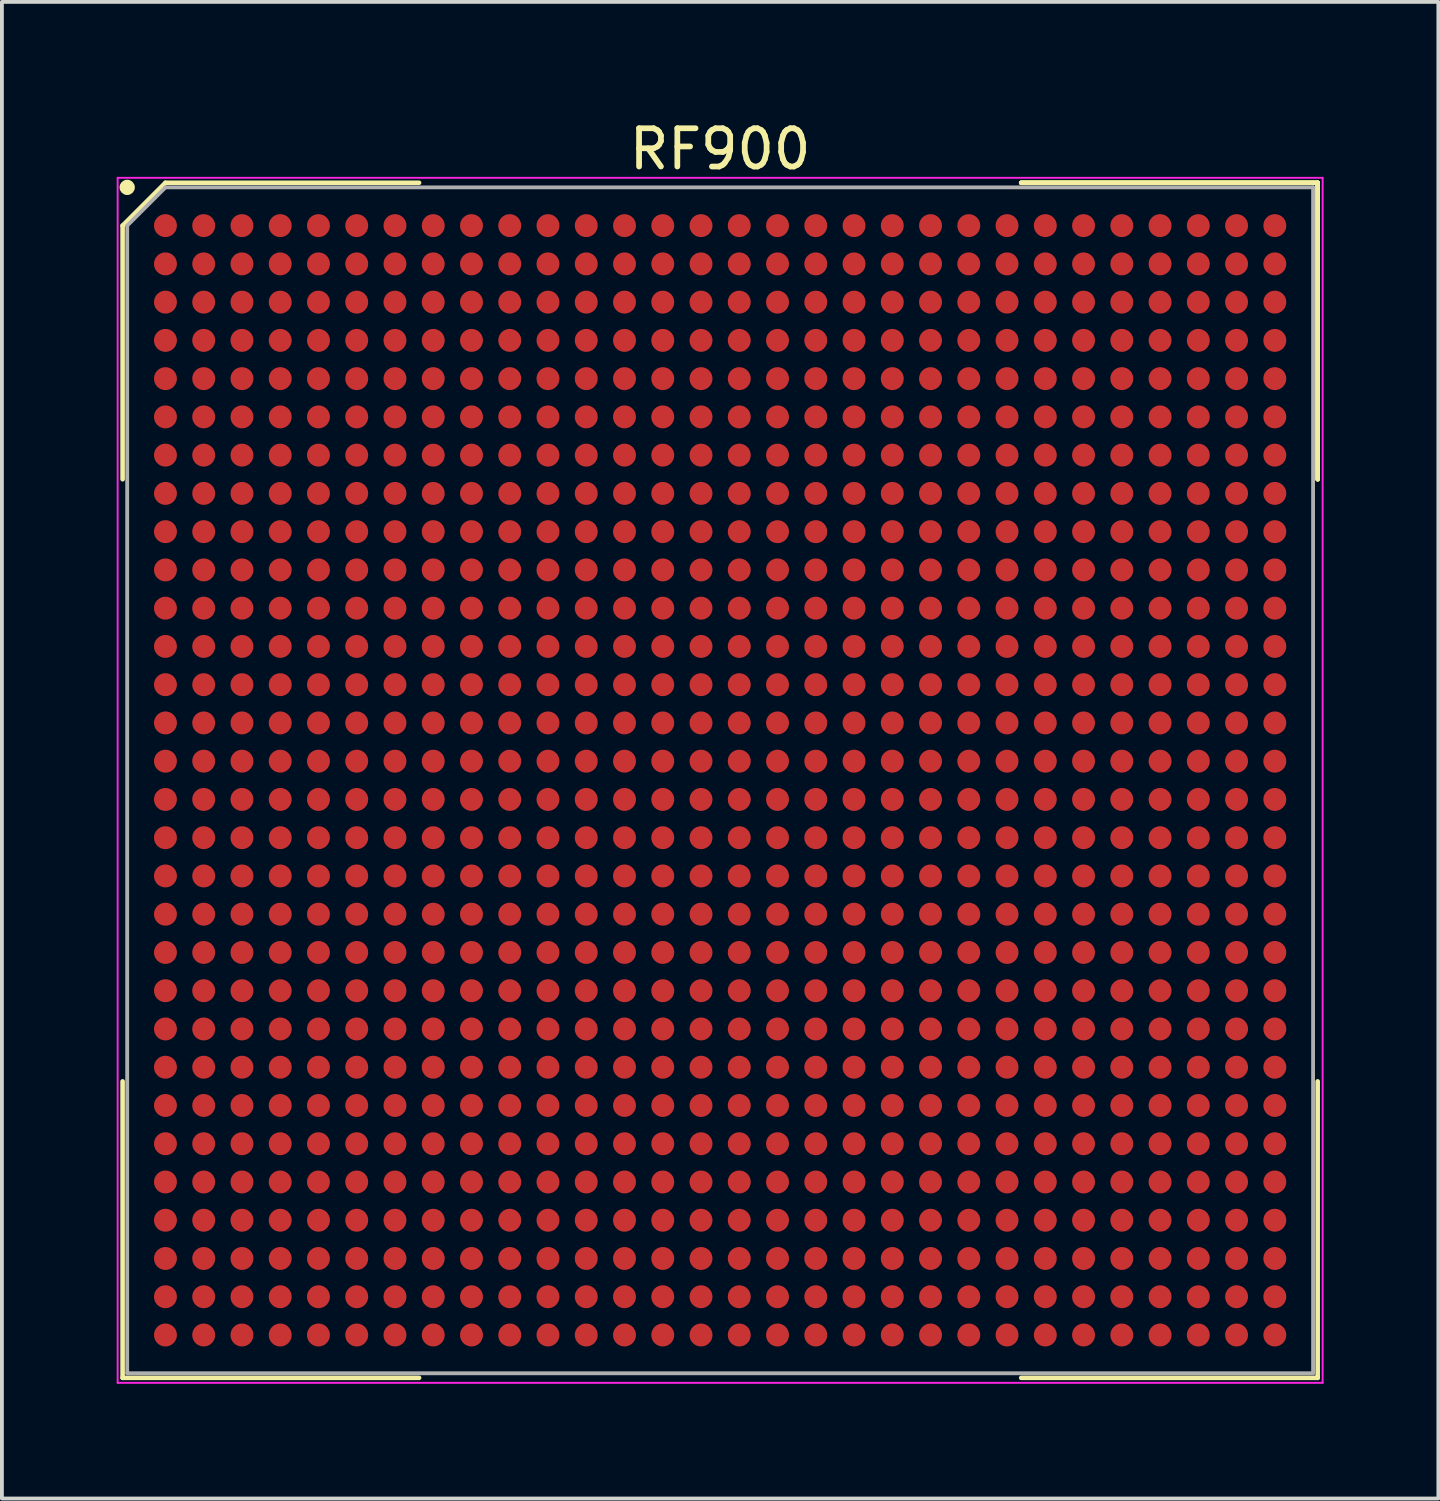
<source format=kicad_pcb>
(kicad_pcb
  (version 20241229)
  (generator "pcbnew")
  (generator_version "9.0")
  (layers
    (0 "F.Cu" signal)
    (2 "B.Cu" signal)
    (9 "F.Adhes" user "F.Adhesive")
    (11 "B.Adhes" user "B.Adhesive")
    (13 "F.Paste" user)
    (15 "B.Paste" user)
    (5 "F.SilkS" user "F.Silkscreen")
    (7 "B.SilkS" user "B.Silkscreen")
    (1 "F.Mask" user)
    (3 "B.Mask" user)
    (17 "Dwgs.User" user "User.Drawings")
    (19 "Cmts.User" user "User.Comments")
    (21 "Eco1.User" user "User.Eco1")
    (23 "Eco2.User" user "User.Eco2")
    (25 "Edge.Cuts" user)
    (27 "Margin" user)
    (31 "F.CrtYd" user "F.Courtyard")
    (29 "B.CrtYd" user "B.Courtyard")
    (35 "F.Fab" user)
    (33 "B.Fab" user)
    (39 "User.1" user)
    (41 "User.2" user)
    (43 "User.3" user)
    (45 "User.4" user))
  (footprint "RF900"
    (layer "F.Cu")
    (at 15.775 17.348)
    (property "Reference" "RF900" (at 0 -16.5 0) (layer "F.SilkS") (effects (font (size 1 1) (thickness 0.15))))
    (attr smd)
    (fp_line (start -15.62 -14.5) (end -15.62 -7.87) (stroke (width 0.12) (type solid)) (layer "F.SilkS"))
    (fp_line (start -15.62 15.62) (end -15.62 7.87) (stroke (width 0.12) (type solid)) (layer "F.SilkS"))
    (fp_line (start -14.5 -15.62) (end -15.62 -14.5) (stroke (width 0.12) (type solid)) (layer "F.SilkS"))
    (fp_line (start -7.87 -15.62) (end -14.5 -15.62) (stroke (width 0.12) (type solid)) (layer "F.SilkS"))
    (fp_line (start -7.87 15.62) (end -15.62 15.62) (stroke (width 0.12) (type solid)) (layer "F.SilkS"))
    (fp_line (start 7.87 -15.62) (end 15.62 -15.62) (stroke (width 0.12) (type solid)) (layer "F.SilkS"))
    (fp_line (start 7.87 -15.62) (end 15.62 -15.62) (stroke (width 0.12) (type solid)) (layer "F.SilkS"))
    (fp_line (start 7.87 -15.62) (end 15.62 -15.62) (stroke (width 0.12) (type solid)) (layer "F.SilkS"))
    (fp_line (start 7.87 15.62) (end 15.62 15.62) (stroke (width 0.12) (type solid)) (layer "F.SilkS"))
    (fp_line (start 15.62 -15.62) (end 15.62 -7.87) (stroke (width 0.12) (type solid)) (layer "F.SilkS"))
    (fp_line (start 15.62 -15.62) (end 15.62 -7.87) (stroke (width 0.12) (type solid)) (layer "F.SilkS"))
    (fp_line (start 15.62 -15.62) (end 15.62 -7.87) (stroke (width 0.12) (type solid)) (layer "F.SilkS"))
    (fp_line (start 15.62 15.62) (end 15.62 7.87) (stroke (width 0.12) (type solid)) (layer "F.SilkS"))
    (fp_circle (center -15.5 -15.5) (end -15.5 -15.4) (stroke (width 0.2) (type solid)) (fill no) (layer "F.SilkS"))
    (fp_line (start -15.75 -15.75) (end 15.75 -15.75) (stroke (width 0.05) (type solid)) (layer "F.CrtYd"))
    (fp_line (start -15.75 15.75) (end -15.75 -15.75) (stroke (width 0.05) (type solid)) (layer "F.CrtYd"))
    (fp_line (start 15.75 -15.75) (end 15.75 15.75) (stroke (width 0.05) (type solid)) (layer "F.CrtYd"))
    (fp_line (start 15.75 15.75) (end -15.75 15.75) (stroke (width 0.05) (type solid)) (layer "F.CrtYd"))
    (fp_line (start -15.5 -14.5) (end -15.5 15.5) (stroke (width 0.1) (type solid)) (layer "F.Fab"))
    (fp_line (start -15.5 15.5) (end 15.5 15.5) (stroke (width 0.1) (type solid)) (layer "F.Fab"))
    (fp_line (start -14.5 -15.5) (end -15.5 -14.5) (stroke (width 0.1) (type solid)) (layer "F.Fab"))
    (fp_line (start 15.5 -15.5) (end -14.5 -15.5) (stroke (width 0.1) (type solid)) (layer "F.Fab"))
    (fp_line (start 15.5 15.5) (end 15.5 -15.5) (stroke (width 0.1) (type solid)) (layer "F.Fab"))
    (pad "A1" smd circle (at -14.5 -14.5) (size 0.6 0.6) (layers "F.Cu" "F.Mask" "F.Paste"))
    (pad "A2" smd circle (at -13.5 -14.5) (size 0.6 0.6) (layers "F.Cu" "F.Mask" "F.Paste"))
    (pad "A3" smd circle (at -12.5 -14.5) (size 0.6 0.6) (layers "F.Cu" "F.Mask" "F.Paste"))
    (pad "A4" smd circle (at -11.5 -14.5) (size 0.6 0.6) (layers "F.Cu" "F.Mask" "F.Paste"))
    (pad "A5" smd circle (at -10.5 -14.5) (size 0.6 0.6) (layers "F.Cu" "F.Mask" "F.Paste"))
    (pad "A6" smd circle (at -9.5 -14.5) (size 0.6 0.6) (layers "F.Cu" "F.Mask" "F.Paste"))
    (pad "A7" smd circle (at -8.5 -14.5) (size 0.6 0.6) (layers "F.Cu" "F.Mask" "F.Paste"))
    (pad "A8" smd circle (at -7.5 -14.5) (size 0.6 0.6) (layers "F.Cu" "F.Mask" "F.Paste"))
    (pad "A9" smd circle (at -6.5 -14.5) (size 0.6 0.6) (layers "F.Cu" "F.Mask" "F.Paste"))
    (pad "A10" smd circle (at -5.5 -14.5) (size 0.6 0.6) (layers "F.Cu" "F.Mask" "F.Paste"))
    (pad "A11" smd circle (at -4.5 -14.5) (size 0.6 0.6) (layers "F.Cu" "F.Mask" "F.Paste"))
    (pad "A12" smd circle (at -3.5 -14.5) (size 0.6 0.6) (layers "F.Cu" "F.Mask" "F.Paste"))
    (pad "A13" smd circle (at -2.5 -14.5) (size 0.6 0.6) (layers "F.Cu" "F.Mask" "F.Paste"))
    (pad "A14" smd circle (at -1.5 -14.5) (size 0.6 0.6) (layers "F.Cu" "F.Mask" "F.Paste"))
    (pad "A15" smd circle (at -0.5 -14.5) (size 0.6 0.6) (layers "F.Cu" "F.Mask" "F.Paste"))
    (pad "A16" smd circle (at 0.5 -14.5) (size 0.6 0.6) (layers "F.Cu" "F.Mask" "F.Paste"))
    (pad "A17" smd circle (at 1.5 -14.5) (size 0.6 0.6) (layers "F.Cu" "F.Mask" "F.Paste"))
    (pad "A18" smd circle (at 2.5 -14.5) (size 0.6 0.6) (layers "F.Cu" "F.Mask" "F.Paste"))
    (pad "A19" smd circle (at 3.5 -14.5) (size 0.6 0.6) (layers "F.Cu" "F.Mask" "F.Paste"))
    (pad "A20" smd circle (at 4.5 -14.5) (size 0.6 0.6) (layers "F.Cu" "F.Mask" "F.Paste"))
    (pad "A21" smd circle (at 5.5 -14.5) (size 0.6 0.6) (layers "F.Cu" "F.Mask" "F.Paste"))
    (pad "A22" smd circle (at 6.5 -14.5) (size 0.6 0.6) (layers "F.Cu" "F.Mask" "F.Paste"))
    (pad "A23" smd circle (at 7.5 -14.5) (size 0.6 0.6) (layers "F.Cu" "F.Mask" "F.Paste"))
    (pad "A24" smd circle (at 8.5 -14.5) (size 0.6 0.6) (layers "F.Cu" "F.Mask" "F.Paste"))
    (pad "A25" smd circle (at 9.5 -14.5) (size 0.6 0.6) (layers "F.Cu" "F.Mask" "F.Paste"))
    (pad "A26" smd circle (at 10.5 -14.5) (size 0.6 0.6) (layers "F.Cu" "F.Mask" "F.Paste"))
    (pad "A27" smd circle (at 11.5 -14.5) (size 0.6 0.6) (layers "F.Cu" "F.Mask" "F.Paste"))
    (pad "A28" smd circle (at 12.5 -14.5) (size 0.6 0.6) (layers "F.Cu" "F.Mask" "F.Paste"))
    (pad "A29" smd circle (at 13.5 -14.5) (size 0.6 0.6) (layers "F.Cu" "F.Mask" "F.Paste"))
    (pad "A30" smd circle (at 14.5 -14.5) (size 0.6 0.6) (layers "F.Cu" "F.Mask" "F.Paste"))
    (pad "AA1" smd circle (at -14.5 5.5) (size 0.6 0.6) (layers "F.Cu" "F.Mask" "F.Paste"))
    (pad "AA2" smd circle (at -13.5 5.5) (size 0.6 0.6) (layers "F.Cu" "F.Mask" "F.Paste"))
    (pad "AA3" smd circle (at -12.5 5.5) (size 0.6 0.6) (layers "F.Cu" "F.Mask" "F.Paste"))
    (pad "AA4" smd circle (at -11.5 5.5) (size 0.6 0.6) (layers "F.Cu" "F.Mask" "F.Paste"))
    (pad "AA5" smd circle (at -10.5 5.5) (size 0.6 0.6) (layers "F.Cu" "F.Mask" "F.Paste"))
    (pad "AA6" smd circle (at -9.5 5.5) (size 0.6 0.6) (layers "F.Cu" "F.Mask" "F.Paste"))
    (pad "AA7" smd circle (at -8.5 5.5) (size 0.6 0.6) (layers "F.Cu" "F.Mask" "F.Paste"))
    (pad "AA8" smd circle (at -7.5 5.5) (size 0.6 0.6) (layers "F.Cu" "F.Mask" "F.Paste"))
    (pad "AA9" smd circle (at -6.5 5.5) (size 0.6 0.6) (layers "F.Cu" "F.Mask" "F.Paste"))
    (pad "AA10" smd circle (at -5.5 5.5) (size 0.6 0.6) (layers "F.Cu" "F.Mask" "F.Paste"))
    (pad "AA11" smd circle (at -4.5 5.5) (size 0.6 0.6) (layers "F.Cu" "F.Mask" "F.Paste"))
    (pad "AA12" smd circle (at -3.5 5.5) (size 0.6 0.6) (layers "F.Cu" "F.Mask" "F.Paste"))
    (pad "AA13" smd circle (at -2.5 5.5) (size 0.6 0.6) (layers "F.Cu" "F.Mask" "F.Paste"))
    (pad "AA14" smd circle (at -1.5 5.5) (size 0.6 0.6) (layers "F.Cu" "F.Mask" "F.Paste"))
    (pad "AA15" smd circle (at -0.5 5.5) (size 0.6 0.6) (layers "F.Cu" "F.Mask" "F.Paste"))
    (pad "AA16" smd circle (at 0.5 5.5) (size 0.6 0.6) (layers "F.Cu" "F.Mask" "F.Paste"))
    (pad "AA17" smd circle (at 1.5 5.5) (size 0.6 0.6) (layers "F.Cu" "F.Mask" "F.Paste"))
    (pad "AA18" smd circle (at 2.5 5.5) (size 0.6 0.6) (layers "F.Cu" "F.Mask" "F.Paste"))
    (pad "AA19" smd circle (at 3.5 5.5) (size 0.6 0.6) (layers "F.Cu" "F.Mask" "F.Paste"))
    (pad "AA20" smd circle (at 4.5 5.5) (size 0.6 0.6) (layers "F.Cu" "F.Mask" "F.Paste"))
    (pad "AA21" smd circle (at 5.5 5.5) (size 0.6 0.6) (layers "F.Cu" "F.Mask" "F.Paste"))
    (pad "AA22" smd circle (at 6.5 5.5) (size 0.6 0.6) (layers "F.Cu" "F.Mask" "F.Paste"))
    (pad "AA23" smd circle (at 7.5 5.5) (size 0.6 0.6) (layers "F.Cu" "F.Mask" "F.Paste"))
    (pad "AA24" smd circle (at 8.5 5.5) (size 0.6 0.6) (layers "F.Cu" "F.Mask" "F.Paste"))
    (pad "AA25" smd circle (at 9.5 5.5) (size 0.6 0.6) (layers "F.Cu" "F.Mask" "F.Paste"))
    (pad "AA26" smd circle (at 10.5 5.5) (size 0.6 0.6) (layers "F.Cu" "F.Mask" "F.Paste"))
    (pad "AA27" smd circle (at 11.5 5.5) (size 0.6 0.6) (layers "F.Cu" "F.Mask" "F.Paste"))
    (pad "AA28" smd circle (at 12.5 5.5) (size 0.6 0.6) (layers "F.Cu" "F.Mask" "F.Paste"))
    (pad "AA29" smd circle (at 13.5 5.5) (size 0.6 0.6) (layers "F.Cu" "F.Mask" "F.Paste"))
    (pad "AA30" smd circle (at 14.5 5.5) (size 0.6 0.6) (layers "F.Cu" "F.Mask" "F.Paste"))
    (pad "AB1" smd circle (at -14.5 6.5) (size 0.6 0.6) (layers "F.Cu" "F.Mask" "F.Paste"))
    (pad "AB2" smd circle (at -13.5 6.5) (size 0.6 0.6) (layers "F.Cu" "F.Mask" "F.Paste"))
    (pad "AB3" smd circle (at -12.5 6.5) (size 0.6 0.6) (layers "F.Cu" "F.Mask" "F.Paste"))
    (pad "AB4" smd circle (at -11.5 6.5) (size 0.6 0.6) (layers "F.Cu" "F.Mask" "F.Paste"))
    (pad "AB5" smd circle (at -10.5 6.5) (size 0.6 0.6) (layers "F.Cu" "F.Mask" "F.Paste"))
    (pad "AB6" smd circle (at -9.5 6.5) (size 0.6 0.6) (layers "F.Cu" "F.Mask" "F.Paste"))
    (pad "AB7" smd circle (at -8.5 6.5) (size 0.6 0.6) (layers "F.Cu" "F.Mask" "F.Paste"))
    (pad "AB8" smd circle (at -7.5 6.5) (size 0.6 0.6) (layers "F.Cu" "F.Mask" "F.Paste"))
    (pad "AB9" smd circle (at -6.5 6.5) (size 0.6 0.6) (layers "F.Cu" "F.Mask" "F.Paste"))
    (pad "AB10" smd circle (at -5.5 6.5) (size 0.6 0.6) (layers "F.Cu" "F.Mask" "F.Paste"))
    (pad "AB11" smd circle (at -4.5 6.5) (size 0.6 0.6) (layers "F.Cu" "F.Mask" "F.Paste"))
    (pad "AB12" smd circle (at -3.5 6.5) (size 0.6 0.6) (layers "F.Cu" "F.Mask" "F.Paste"))
    (pad "AB13" smd circle (at -2.5 6.5) (size 0.6 0.6) (layers "F.Cu" "F.Mask" "F.Paste"))
    (pad "AB14" smd circle (at -1.5 6.5) (size 0.6 0.6) (layers "F.Cu" "F.Mask" "F.Paste"))
    (pad "AB15" smd circle (at -0.5 6.5) (size 0.6 0.6) (layers "F.Cu" "F.Mask" "F.Paste"))
    (pad "AB16" smd circle (at 0.5 6.5) (size 0.6 0.6) (layers "F.Cu" "F.Mask" "F.Paste"))
    (pad "AB17" smd circle (at 1.5 6.5) (size 0.6 0.6) (layers "F.Cu" "F.Mask" "F.Paste"))
    (pad "AB18" smd circle (at 2.5 6.5) (size 0.6 0.6) (layers "F.Cu" "F.Mask" "F.Paste"))
    (pad "AB19" smd circle (at 3.5 6.5) (size 0.6 0.6) (layers "F.Cu" "F.Mask" "F.Paste"))
    (pad "AB20" smd circle (at 4.5 6.5) (size 0.6 0.6) (layers "F.Cu" "F.Mask" "F.Paste"))
    (pad "AB21" smd circle (at 5.5 6.5) (size 0.6 0.6) (layers "F.Cu" "F.Mask" "F.Paste"))
    (pad "AB22" smd circle (at 6.5 6.5) (size 0.6 0.6) (layers "F.Cu" "F.Mask" "F.Paste"))
    (pad "AB23" smd circle (at 7.5 6.5) (size 0.6 0.6) (layers "F.Cu" "F.Mask" "F.Paste"))
    (pad "AB24" smd circle (at 8.5 6.5) (size 0.6 0.6) (layers "F.Cu" "F.Mask" "F.Paste"))
    (pad "AB25" smd circle (at 9.5 6.5) (size 0.6 0.6) (layers "F.Cu" "F.Mask" "F.Paste"))
    (pad "AB26" smd circle (at 10.5 6.5) (size 0.6 0.6) (layers "F.Cu" "F.Mask" "F.Paste"))
    (pad "AB27" smd circle (at 11.5 6.5) (size 0.6 0.6) (layers "F.Cu" "F.Mask" "F.Paste"))
    (pad "AB28" smd circle (at 12.5 6.5) (size 0.6 0.6) (layers "F.Cu" "F.Mask" "F.Paste"))
    (pad "AB29" smd circle (at 13.5 6.5) (size 0.6 0.6) (layers "F.Cu" "F.Mask" "F.Paste"))
    (pad "AB30" smd circle (at 14.5 6.5) (size 0.6 0.6) (layers "F.Cu" "F.Mask" "F.Paste"))
    (pad "AC1" smd circle (at -14.5 7.5) (size 0.6 0.6) (layers "F.Cu" "F.Mask" "F.Paste"))
    (pad "AC2" smd circle (at -13.5 7.5) (size 0.6 0.6) (layers "F.Cu" "F.Mask" "F.Paste"))
    (pad "AC3" smd circle (at -12.5 7.5) (size 0.6 0.6) (layers "F.Cu" "F.Mask" "F.Paste"))
    (pad "AC4" smd circle (at -11.5 7.5) (size 0.6 0.6) (layers "F.Cu" "F.Mask" "F.Paste"))
    (pad "AC5" smd circle (at -10.5 7.5) (size 0.6 0.6) (layers "F.Cu" "F.Mask" "F.Paste"))
    (pad "AC6" smd circle (at -9.5 7.5) (size 0.6 0.6) (layers "F.Cu" "F.Mask" "F.Paste"))
    (pad "AC7" smd circle (at -8.5 7.5) (size 0.6 0.6) (layers "F.Cu" "F.Mask" "F.Paste"))
    (pad "AC8" smd circle (at -7.5 7.5) (size 0.6 0.6) (layers "F.Cu" "F.Mask" "F.Paste"))
    (pad "AC9" smd circle (at -6.5 7.5) (size 0.6 0.6) (layers "F.Cu" "F.Mask" "F.Paste"))
    (pad "AC10" smd circle (at -5.5 7.5) (size 0.6 0.6) (layers "F.Cu" "F.Mask" "F.Paste"))
    (pad "AC11" smd circle (at -4.5 7.5) (size 0.6 0.6) (layers "F.Cu" "F.Mask" "F.Paste"))
    (pad "AC12" smd circle (at -3.5 7.5) (size 0.6 0.6) (layers "F.Cu" "F.Mask" "F.Paste"))
    (pad "AC13" smd circle (at -2.5 7.5) (size 0.6 0.6) (layers "F.Cu" "F.Mask" "F.Paste"))
    (pad "AC14" smd circle (at -1.5 7.5) (size 0.6 0.6) (layers "F.Cu" "F.Mask" "F.Paste"))
    (pad "AC15" smd circle (at -0.5 7.5) (size 0.6 0.6) (layers "F.Cu" "F.Mask" "F.Paste"))
    (pad "AC16" smd circle (at 0.5 7.5) (size 0.6 0.6) (layers "F.Cu" "F.Mask" "F.Paste"))
    (pad "AC17" smd circle (at 1.5 7.5) (size 0.6 0.6) (layers "F.Cu" "F.Mask" "F.Paste"))
    (pad "AC18" smd circle (at 2.5 7.5) (size 0.6 0.6) (layers "F.Cu" "F.Mask" "F.Paste"))
    (pad "AC19" smd circle (at 3.5 7.5) (size 0.6 0.6) (layers "F.Cu" "F.Mask" "F.Paste"))
    (pad "AC20" smd circle (at 4.5 7.5) (size 0.6 0.6) (layers "F.Cu" "F.Mask" "F.Paste"))
    (pad "AC21" smd circle (at 5.5 7.5) (size 0.6 0.6) (layers "F.Cu" "F.Mask" "F.Paste"))
    (pad "AC22" smd circle (at 6.5 7.5) (size 0.6 0.6) (layers "F.Cu" "F.Mask" "F.Paste"))
    (pad "AC23" smd circle (at 7.5 7.5) (size 0.6 0.6) (layers "F.Cu" "F.Mask" "F.Paste"))
    (pad "AC24" smd circle (at 8.5 7.5) (size 0.6 0.6) (layers "F.Cu" "F.Mask" "F.Paste"))
    (pad "AC25" smd circle (at 9.5 7.5) (size 0.6 0.6) (layers "F.Cu" "F.Mask" "F.Paste"))
    (pad "AC26" smd circle (at 10.5 7.5) (size 0.6 0.6) (layers "F.Cu" "F.Mask" "F.Paste"))
    (pad "AC27" smd circle (at 11.5 7.5) (size 0.6 0.6) (layers "F.Cu" "F.Mask" "F.Paste"))
    (pad "AC28" smd circle (at 12.5 7.5) (size 0.6 0.6) (layers "F.Cu" "F.Mask" "F.Paste"))
    (pad "AC29" smd circle (at 13.5 7.5) (size 0.6 0.6) (layers "F.Cu" "F.Mask" "F.Paste"))
    (pad "AC30" smd circle (at 14.5 7.5) (size 0.6 0.6) (layers "F.Cu" "F.Mask" "F.Paste"))
    (pad "AD1" smd circle (at -14.5 8.5) (size 0.6 0.6) (layers "F.Cu" "F.Mask" "F.Paste"))
    (pad "AD2" smd circle (at -13.5 8.5) (size 0.6 0.6) (layers "F.Cu" "F.Mask" "F.Paste"))
    (pad "AD3" smd circle (at -12.5 8.5) (size 0.6 0.6) (layers "F.Cu" "F.Mask" "F.Paste"))
    (pad "AD4" smd circle (at -11.5 8.5) (size 0.6 0.6) (layers "F.Cu" "F.Mask" "F.Paste"))
    (pad "AD5" smd circle (at -10.5 8.5) (size 0.6 0.6) (layers "F.Cu" "F.Mask" "F.Paste"))
    (pad "AD6" smd circle (at -9.5 8.5) (size 0.6 0.6) (layers "F.Cu" "F.Mask" "F.Paste"))
    (pad "AD7" smd circle (at -8.5 8.5) (size 0.6 0.6) (layers "F.Cu" "F.Mask" "F.Paste"))
    (pad "AD8" smd circle (at -7.5 8.5) (size 0.6 0.6) (layers "F.Cu" "F.Mask" "F.Paste"))
    (pad "AD9" smd circle (at -6.5 8.5) (size 0.6 0.6) (layers "F.Cu" "F.Mask" "F.Paste"))
    (pad "AD10" smd circle (at -5.5 8.5) (size 0.6 0.6) (layers "F.Cu" "F.Mask" "F.Paste"))
    (pad "AD11" smd circle (at -4.5 8.5) (size 0.6 0.6) (layers "F.Cu" "F.Mask" "F.Paste"))
    (pad "AD12" smd circle (at -3.5 8.5) (size 0.6 0.6) (layers "F.Cu" "F.Mask" "F.Paste"))
    (pad "AD13" smd circle (at -2.5 8.5) (size 0.6 0.6) (layers "F.Cu" "F.Mask" "F.Paste"))
    (pad "AD14" smd circle (at -1.5 8.5) (size 0.6 0.6) (layers "F.Cu" "F.Mask" "F.Paste"))
    (pad "AD15" smd circle (at -0.5 8.5) (size 0.6 0.6) (layers "F.Cu" "F.Mask" "F.Paste"))
    (pad "AD16" smd circle (at 0.5 8.5) (size 0.6 0.6) (layers "F.Cu" "F.Mask" "F.Paste"))
    (pad "AD17" smd circle (at 1.5 8.5) (size 0.6 0.6) (layers "F.Cu" "F.Mask" "F.Paste"))
    (pad "AD18" smd circle (at 2.5 8.5) (size 0.6 0.6) (layers "F.Cu" "F.Mask" "F.Paste"))
    (pad "AD19" smd circle (at 3.5 8.5) (size 0.6 0.6) (layers "F.Cu" "F.Mask" "F.Paste"))
    (pad "AD20" smd circle (at 4.5 8.5) (size 0.6 0.6) (layers "F.Cu" "F.Mask" "F.Paste"))
    (pad "AD21" smd circle (at 5.5 8.5) (size 0.6 0.6) (layers "F.Cu" "F.Mask" "F.Paste"))
    (pad "AD22" smd circle (at 6.5 8.5) (size 0.6 0.6) (layers "F.Cu" "F.Mask" "F.Paste"))
    (pad "AD23" smd circle (at 7.5 8.5) (size 0.6 0.6) (layers "F.Cu" "F.Mask" "F.Paste"))
    (pad "AD24" smd circle (at 8.5 8.5) (size 0.6 0.6) (layers "F.Cu" "F.Mask" "F.Paste"))
    (pad "AD25" smd circle (at 9.5 8.5) (size 0.6 0.6) (layers "F.Cu" "F.Mask" "F.Paste"))
    (pad "AD26" smd circle (at 10.5 8.5) (size 0.6 0.6) (layers "F.Cu" "F.Mask" "F.Paste"))
    (pad "AD27" smd circle (at 11.5 8.5) (size 0.6 0.6) (layers "F.Cu" "F.Mask" "F.Paste"))
    (pad "AD28" smd circle (at 12.5 8.5) (size 0.6 0.6) (layers "F.Cu" "F.Mask" "F.Paste"))
    (pad "AD29" smd circle (at 13.5 8.5) (size 0.6 0.6) (layers "F.Cu" "F.Mask" "F.Paste"))
    (pad "AD30" smd circle (at 14.5 8.5) (size 0.6 0.6) (layers "F.Cu" "F.Mask" "F.Paste"))
    (pad "AE1" smd circle (at -14.5 9.5) (size 0.6 0.6) (layers "F.Cu" "F.Mask" "F.Paste"))
    (pad "AE2" smd circle (at -13.5 9.5) (size 0.6 0.6) (layers "F.Cu" "F.Mask" "F.Paste"))
    (pad "AE3" smd circle (at -12.5 9.5) (size 0.6 0.6) (layers "F.Cu" "F.Mask" "F.Paste"))
    (pad "AE4" smd circle (at -11.5 9.5) (size 0.6 0.6) (layers "F.Cu" "F.Mask" "F.Paste"))
    (pad "AE5" smd circle (at -10.5 9.5) (size 0.6 0.6) (layers "F.Cu" "F.Mask" "F.Paste"))
    (pad "AE6" smd circle (at -9.5 9.5) (size 0.6 0.6) (layers "F.Cu" "F.Mask" "F.Paste"))
    (pad "AE7" smd circle (at -8.5 9.5) (size 0.6 0.6) (layers "F.Cu" "F.Mask" "F.Paste"))
    (pad "AE8" smd circle (at -7.5 9.5) (size 0.6 0.6) (layers "F.Cu" "F.Mask" "F.Paste"))
    (pad "AE9" smd circle (at -6.5 9.5) (size 0.6 0.6) (layers "F.Cu" "F.Mask" "F.Paste"))
    (pad "AE10" smd circle (at -5.5 9.5) (size 0.6 0.6) (layers "F.Cu" "F.Mask" "F.Paste"))
    (pad "AE11" smd circle (at -4.5 9.5) (size 0.6 0.6) (layers "F.Cu" "F.Mask" "F.Paste"))
    (pad "AE12" smd circle (at -3.5 9.5) (size 0.6 0.6) (layers "F.Cu" "F.Mask" "F.Paste"))
    (pad "AE13" smd circle (at -2.5 9.5) (size 0.6 0.6) (layers "F.Cu" "F.Mask" "F.Paste"))
    (pad "AE14" smd circle (at -1.5 9.5) (size 0.6 0.6) (layers "F.Cu" "F.Mask" "F.Paste"))
    (pad "AE15" smd circle (at -0.5 9.5) (size 0.6 0.6) (layers "F.Cu" "F.Mask" "F.Paste"))
    (pad "AE16" smd circle (at 0.5 9.5) (size 0.6 0.6) (layers "F.Cu" "F.Mask" "F.Paste"))
    (pad "AE17" smd circle (at 1.5 9.5) (size 0.6 0.6) (layers "F.Cu" "F.Mask" "F.Paste"))
    (pad "AE18" smd circle (at 2.5 9.5) (size 0.6 0.6) (layers "F.Cu" "F.Mask" "F.Paste"))
    (pad "AE19" smd circle (at 3.5 9.5) (size 0.6 0.6) (layers "F.Cu" "F.Mask" "F.Paste"))
    (pad "AE20" smd circle (at 4.5 9.5) (size 0.6 0.6) (layers "F.Cu" "F.Mask" "F.Paste"))
    (pad "AE21" smd circle (at 5.5 9.5) (size 0.6 0.6) (layers "F.Cu" "F.Mask" "F.Paste"))
    (pad "AE22" smd circle (at 6.5 9.5) (size 0.6 0.6) (layers "F.Cu" "F.Mask" "F.Paste"))
    (pad "AE23" smd circle (at 7.5 9.5) (size 0.6 0.6) (layers "F.Cu" "F.Mask" "F.Paste"))
    (pad "AE24" smd circle (at 8.5 9.5) (size 0.6 0.6) (layers "F.Cu" "F.Mask" "F.Paste"))
    (pad "AE25" smd circle (at 9.5 9.5) (size 0.6 0.6) (layers "F.Cu" "F.Mask" "F.Paste"))
    (pad "AE26" smd circle (at 10.5 9.5) (size 0.6 0.6) (layers "F.Cu" "F.Mask" "F.Paste"))
    (pad "AE27" smd circle (at 11.5 9.5) (size 0.6 0.6) (layers "F.Cu" "F.Mask" "F.Paste"))
    (pad "AE28" smd circle (at 12.5 9.5) (size 0.6 0.6) (layers "F.Cu" "F.Mask" "F.Paste"))
    (pad "AE29" smd circle (at 13.5 9.5) (size 0.6 0.6) (layers "F.Cu" "F.Mask" "F.Paste"))
    (pad "AE30" smd circle (at 14.5 9.5) (size 0.6 0.6) (layers "F.Cu" "F.Mask" "F.Paste"))
    (pad "AF1" smd circle (at -14.5 10.5) (size 0.6 0.6) (layers "F.Cu" "F.Mask" "F.Paste"))
    (pad "AF2" smd circle (at -13.5 10.5) (size 0.6 0.6) (layers "F.Cu" "F.Mask" "F.Paste"))
    (pad "AF3" smd circle (at -12.5 10.5) (size 0.6 0.6) (layers "F.Cu" "F.Mask" "F.Paste"))
    (pad "AF4" smd circle (at -11.5 10.5) (size 0.6 0.6) (layers "F.Cu" "F.Mask" "F.Paste"))
    (pad "AF5" smd circle (at -10.5 10.5) (size 0.6 0.6) (layers "F.Cu" "F.Mask" "F.Paste"))
    (pad "AF6" smd circle (at -9.5 10.5) (size 0.6 0.6) (layers "F.Cu" "F.Mask" "F.Paste"))
    (pad "AF7" smd circle (at -8.5 10.5) (size 0.6 0.6) (layers "F.Cu" "F.Mask" "F.Paste"))
    (pad "AF8" smd circle (at -7.5 10.5) (size 0.6 0.6) (layers "F.Cu" "F.Mask" "F.Paste"))
    (pad "AF9" smd circle (at -6.5 10.5) (size 0.6 0.6) (layers "F.Cu" "F.Mask" "F.Paste"))
    (pad "AF10" smd circle (at -5.5 10.5) (size 0.6 0.6) (layers "F.Cu" "F.Mask" "F.Paste"))
    (pad "AF11" smd circle (at -4.5 10.5) (size 0.6 0.6) (layers "F.Cu" "F.Mask" "F.Paste"))
    (pad "AF12" smd circle (at -3.5 10.5) (size 0.6 0.6) (layers "F.Cu" "F.Mask" "F.Paste"))
    (pad "AF13" smd circle (at -2.5 10.5) (size 0.6 0.6) (layers "F.Cu" "F.Mask" "F.Paste"))
    (pad "AF14" smd circle (at -1.5 10.5) (size 0.6 0.6) (layers "F.Cu" "F.Mask" "F.Paste"))
    (pad "AF15" smd circle (at -0.5 10.5) (size 0.6 0.6) (layers "F.Cu" "F.Mask" "F.Paste"))
    (pad "AF16" smd circle (at 0.5 10.5) (size 0.6 0.6) (layers "F.Cu" "F.Mask" "F.Paste"))
    (pad "AF17" smd circle (at 1.5 10.5) (size 0.6 0.6) (layers "F.Cu" "F.Mask" "F.Paste"))
    (pad "AF18" smd circle (at 2.5 10.5) (size 0.6 0.6) (layers "F.Cu" "F.Mask" "F.Paste"))
    (pad "AF19" smd circle (at 3.5 10.5) (size 0.6 0.6) (layers "F.Cu" "F.Mask" "F.Paste"))
    (pad "AF20" smd circle (at 4.5 10.5) (size 0.6 0.6) (layers "F.Cu" "F.Mask" "F.Paste"))
    (pad "AF21" smd circle (at 5.5 10.5) (size 0.6 0.6) (layers "F.Cu" "F.Mask" "F.Paste"))
    (pad "AF22" smd circle (at 6.5 10.5) (size 0.6 0.6) (layers "F.Cu" "F.Mask" "F.Paste"))
    (pad "AF23" smd circle (at 7.5 10.5) (size 0.6 0.6) (layers "F.Cu" "F.Mask" "F.Paste"))
    (pad "AF24" smd circle (at 8.5 10.5) (size 0.6 0.6) (layers "F.Cu" "F.Mask" "F.Paste"))
    (pad "AF25" smd circle (at 9.5 10.5) (size 0.6 0.6) (layers "F.Cu" "F.Mask" "F.Paste"))
    (pad "AF26" smd circle (at 10.5 10.5) (size 0.6 0.6) (layers "F.Cu" "F.Mask" "F.Paste"))
    (pad "AF27" smd circle (at 11.5 10.5) (size 0.6 0.6) (layers "F.Cu" "F.Mask" "F.Paste"))
    (pad "AF28" smd circle (at 12.5 10.5) (size 0.6 0.6) (layers "F.Cu" "F.Mask" "F.Paste"))
    (pad "AF29" smd circle (at 13.5 10.5) (size 0.6 0.6) (layers "F.Cu" "F.Mask" "F.Paste"))
    (pad "AF30" smd circle (at 14.5 10.5) (size 0.6 0.6) (layers "F.Cu" "F.Mask" "F.Paste"))
    (pad "AG1" smd circle (at -14.5 11.5) (size 0.6 0.6) (layers "F.Cu" "F.Mask" "F.Paste"))
    (pad "AG2" smd circle (at -13.5 11.5) (size 0.6 0.6) (layers "F.Cu" "F.Mask" "F.Paste"))
    (pad "AG3" smd circle (at -12.5 11.5) (size 0.6 0.6) (layers "F.Cu" "F.Mask" "F.Paste"))
    (pad "AG4" smd circle (at -11.5 11.5) (size 0.6 0.6) (layers "F.Cu" "F.Mask" "F.Paste"))
    (pad "AG5" smd circle (at -10.5 11.5) (size 0.6 0.6) (layers "F.Cu" "F.Mask" "F.Paste"))
    (pad "AG6" smd circle (at -9.5 11.5) (size 0.6 0.6) (layers "F.Cu" "F.Mask" "F.Paste"))
    (pad "AG7" smd circle (at -8.5 11.5) (size 0.6 0.6) (layers "F.Cu" "F.Mask" "F.Paste"))
    (pad "AG8" smd circle (at -7.5 11.5) (size 0.6 0.6) (layers "F.Cu" "F.Mask" "F.Paste"))
    (pad "AG9" smd circle (at -6.5 11.5) (size 0.6 0.6) (layers "F.Cu" "F.Mask" "F.Paste"))
    (pad "AG10" smd circle (at -5.5 11.5) (size 0.6 0.6) (layers "F.Cu" "F.Mask" "F.Paste"))
    (pad "AG11" smd circle (at -4.5 11.5) (size 0.6 0.6) (layers "F.Cu" "F.Mask" "F.Paste"))
    (pad "AG12" smd circle (at -3.5 11.5) (size 0.6 0.6) (layers "F.Cu" "F.Mask" "F.Paste"))
    (pad "AG13" smd circle (at -2.5 11.5) (size 0.6 0.6) (layers "F.Cu" "F.Mask" "F.Paste"))
    (pad "AG14" smd circle (at -1.5 11.5) (size 0.6 0.6) (layers "F.Cu" "F.Mask" "F.Paste"))
    (pad "AG15" smd circle (at -0.5 11.5) (size 0.6 0.6) (layers "F.Cu" "F.Mask" "F.Paste"))
    (pad "AG16" smd circle (at 0.5 11.5) (size 0.6 0.6) (layers "F.Cu" "F.Mask" "F.Paste"))
    (pad "AG17" smd circle (at 1.5 11.5) (size 0.6 0.6) (layers "F.Cu" "F.Mask" "F.Paste"))
    (pad "AG18" smd circle (at 2.5 11.5) (size 0.6 0.6) (layers "F.Cu" "F.Mask" "F.Paste"))
    (pad "AG19" smd circle (at 3.5 11.5) (size 0.6 0.6) (layers "F.Cu" "F.Mask" "F.Paste"))
    (pad "AG20" smd circle (at 4.5 11.5) (size 0.6 0.6) (layers "F.Cu" "F.Mask" "F.Paste"))
    (pad "AG21" smd circle (at 5.5 11.5) (size 0.6 0.6) (layers "F.Cu" "F.Mask" "F.Paste"))
    (pad "AG22" smd circle (at 6.5 11.5) (size 0.6 0.6) (layers "F.Cu" "F.Mask" "F.Paste"))
    (pad "AG23" smd circle (at 7.5 11.5) (size 0.6 0.6) (layers "F.Cu" "F.Mask" "F.Paste"))
    (pad "AG24" smd circle (at 8.5 11.5) (size 0.6 0.6) (layers "F.Cu" "F.Mask" "F.Paste"))
    (pad "AG25" smd circle (at 9.5 11.5) (size 0.6 0.6) (layers "F.Cu" "F.Mask" "F.Paste"))
    (pad "AG26" smd circle (at 10.5 11.5) (size 0.6 0.6) (layers "F.Cu" "F.Mask" "F.Paste"))
    (pad "AG27" smd circle (at 11.5 11.5) (size 0.6 0.6) (layers "F.Cu" "F.Mask" "F.Paste"))
    (pad "AG28" smd circle (at 12.5 11.5) (size 0.6 0.6) (layers "F.Cu" "F.Mask" "F.Paste"))
    (pad "AG29" smd circle (at 13.5 11.5) (size 0.6 0.6) (layers "F.Cu" "F.Mask" "F.Paste"))
    (pad "AG30" smd circle (at 14.5 11.5) (size 0.6 0.6) (layers "F.Cu" "F.Mask" "F.Paste"))
    (pad "AH1" smd circle (at -14.5 12.5) (size 0.6 0.6) (layers "F.Cu" "F.Mask" "F.Paste"))
    (pad "AH2" smd circle (at -13.5 12.5) (size 0.6 0.6) (layers "F.Cu" "F.Mask" "F.Paste"))
    (pad "AH3" smd circle (at -12.5 12.5) (size 0.6 0.6) (layers "F.Cu" "F.Mask" "F.Paste"))
    (pad "AH4" smd circle (at -11.5 12.5) (size 0.6 0.6) (layers "F.Cu" "F.Mask" "F.Paste"))
    (pad "AH5" smd circle (at -10.5 12.5) (size 0.6 0.6) (layers "F.Cu" "F.Mask" "F.Paste"))
    (pad "AH6" smd circle (at -9.5 12.5) (size 0.6 0.6) (layers "F.Cu" "F.Mask" "F.Paste"))
    (pad "AH7" smd circle (at -8.5 12.5) (size 0.6 0.6) (layers "F.Cu" "F.Mask" "F.Paste"))
    (pad "AH8" smd circle (at -7.5 12.5) (size 0.6 0.6) (layers "F.Cu" "F.Mask" "F.Paste"))
    (pad "AH9" smd circle (at -6.5 12.5) (size 0.6 0.6) (layers "F.Cu" "F.Mask" "F.Paste"))
    (pad "AH10" smd circle (at -5.5 12.5) (size 0.6 0.6) (layers "F.Cu" "F.Mask" "F.Paste"))
    (pad "AH11" smd circle (at -4.5 12.5) (size 0.6 0.6) (layers "F.Cu" "F.Mask" "F.Paste"))
    (pad "AH12" smd circle (at -3.5 12.5) (size 0.6 0.6) (layers "F.Cu" "F.Mask" "F.Paste"))
    (pad "AH13" smd circle (at -2.5 12.5) (size 0.6 0.6) (layers "F.Cu" "F.Mask" "F.Paste"))
    (pad "AH14" smd circle (at -1.5 12.5) (size 0.6 0.6) (layers "F.Cu" "F.Mask" "F.Paste"))
    (pad "AH15" smd circle (at -0.5 12.5) (size 0.6 0.6) (layers "F.Cu" "F.Mask" "F.Paste"))
    (pad "AH16" smd circle (at 0.5 12.5) (size 0.6 0.6) (layers "F.Cu" "F.Mask" "F.Paste"))
    (pad "AH17" smd circle (at 1.5 12.5) (size 0.6 0.6) (layers "F.Cu" "F.Mask" "F.Paste"))
    (pad "AH18" smd circle (at 2.5 12.5) (size 0.6 0.6) (layers "F.Cu" "F.Mask" "F.Paste"))
    (pad "AH19" smd circle (at 3.5 12.5) (size 0.6 0.6) (layers "F.Cu" "F.Mask" "F.Paste"))
    (pad "AH20" smd circle (at 4.5 12.5) (size 0.6 0.6) (layers "F.Cu" "F.Mask" "F.Paste"))
    (pad "AH21" smd circle (at 5.5 12.5) (size 0.6 0.6) (layers "F.Cu" "F.Mask" "F.Paste"))
    (pad "AH22" smd circle (at 6.5 12.5) (size 0.6 0.6) (layers "F.Cu" "F.Mask" "F.Paste"))
    (pad "AH23" smd circle (at 7.5 12.5) (size 0.6 0.6) (layers "F.Cu" "F.Mask" "F.Paste"))
    (pad "AH24" smd circle (at 8.5 12.5) (size 0.6 0.6) (layers "F.Cu" "F.Mask" "F.Paste"))
    (pad "AH25" smd circle (at 9.5 12.5) (size 0.6 0.6) (layers "F.Cu" "F.Mask" "F.Paste"))
    (pad "AH26" smd circle (at 10.5 12.5) (size 0.6 0.6) (layers "F.Cu" "F.Mask" "F.Paste"))
    (pad "AH27" smd circle (at 11.5 12.5) (size 0.6 0.6) (layers "F.Cu" "F.Mask" "F.Paste"))
    (pad "AH28" smd circle (at 12.5 12.5) (size 0.6 0.6) (layers "F.Cu" "F.Mask" "F.Paste"))
    (pad "AH29" smd circle (at 13.5 12.5) (size 0.6 0.6) (layers "F.Cu" "F.Mask" "F.Paste"))
    (pad "AH30" smd circle (at 14.5 12.5) (size 0.6 0.6) (layers "F.Cu" "F.Mask" "F.Paste"))
    (pad "AJ1" smd circle (at -14.5 13.5) (size 0.6 0.6) (layers "F.Cu" "F.Mask" "F.Paste"))
    (pad "AJ2" smd circle (at -13.5 13.5) (size 0.6 0.6) (layers "F.Cu" "F.Mask" "F.Paste"))
    (pad "AJ3" smd circle (at -12.5 13.5) (size 0.6 0.6) (layers "F.Cu" "F.Mask" "F.Paste"))
    (pad "AJ4" smd circle (at -11.5 13.5) (size 0.6 0.6) (layers "F.Cu" "F.Mask" "F.Paste"))
    (pad "AJ5" smd circle (at -10.5 13.5) (size 0.6 0.6) (layers "F.Cu" "F.Mask" "F.Paste"))
    (pad "AJ6" smd circle (at -9.5 13.5) (size 0.6 0.6) (layers "F.Cu" "F.Mask" "F.Paste"))
    (pad "AJ7" smd circle (at -8.5 13.5) (size 0.6 0.6) (layers "F.Cu" "F.Mask" "F.Paste"))
    (pad "AJ8" smd circle (at -7.5 13.5) (size 0.6 0.6) (layers "F.Cu" "F.Mask" "F.Paste"))
    (pad "AJ9" smd circle (at -6.5 13.5) (size 0.6 0.6) (layers "F.Cu" "F.Mask" "F.Paste"))
    (pad "AJ10" smd circle (at -5.5 13.5) (size 0.6 0.6) (layers "F.Cu" "F.Mask" "F.Paste"))
    (pad "AJ11" smd circle (at -4.5 13.5) (size 0.6 0.6) (layers "F.Cu" "F.Mask" "F.Paste"))
    (pad "AJ12" smd circle (at -3.5 13.5) (size 0.6 0.6) (layers "F.Cu" "F.Mask" "F.Paste"))
    (pad "AJ13" smd circle (at -2.5 13.5) (size 0.6 0.6) (layers "F.Cu" "F.Mask" "F.Paste"))
    (pad "AJ14" smd circle (at -1.5 13.5) (size 0.6 0.6) (layers "F.Cu" "F.Mask" "F.Paste"))
    (pad "AJ15" smd circle (at -0.5 13.5) (size 0.6 0.6) (layers "F.Cu" "F.Mask" "F.Paste"))
    (pad "AJ16" smd circle (at 0.5 13.5) (size 0.6 0.6) (layers "F.Cu" "F.Mask" "F.Paste"))
    (pad "AJ17" smd circle (at 1.5 13.5) (size 0.6 0.6) (layers "F.Cu" "F.Mask" "F.Paste"))
    (pad "AJ18" smd circle (at 2.5 13.5) (size 0.6 0.6) (layers "F.Cu" "F.Mask" "F.Paste"))
    (pad "AJ19" smd circle (at 3.5 13.5) (size 0.6 0.6) (layers "F.Cu" "F.Mask" "F.Paste"))
    (pad "AJ20" smd circle (at 4.5 13.5) (size 0.6 0.6) (layers "F.Cu" "F.Mask" "F.Paste"))
    (pad "AJ21" smd circle (at 5.5 13.5) (size 0.6 0.6) (layers "F.Cu" "F.Mask" "F.Paste"))
    (pad "AJ22" smd circle (at 6.5 13.5) (size 0.6 0.6) (layers "F.Cu" "F.Mask" "F.Paste"))
    (pad "AJ23" smd circle (at 7.5 13.5) (size 0.6 0.6) (layers "F.Cu" "F.Mask" "F.Paste"))
    (pad "AJ24" smd circle (at 8.5 13.5) (size 0.6 0.6) (layers "F.Cu" "F.Mask" "F.Paste"))
    (pad "AJ25" smd circle (at 9.5 13.5) (size 0.6 0.6) (layers "F.Cu" "F.Mask" "F.Paste"))
    (pad "AJ26" smd circle (at 10.5 13.5) (size 0.6 0.6) (layers "F.Cu" "F.Mask" "F.Paste"))
    (pad "AJ27" smd circle (at 11.5 13.5) (size 0.6 0.6) (layers "F.Cu" "F.Mask" "F.Paste"))
    (pad "AJ28" smd circle (at 12.5 13.5) (size 0.6 0.6) (layers "F.Cu" "F.Mask" "F.Paste"))
    (pad "AJ29" smd circle (at 13.5 13.5) (size 0.6 0.6) (layers "F.Cu" "F.Mask" "F.Paste"))
    (pad "AJ30" smd circle (at 14.5 13.5) (size 0.6 0.6) (layers "F.Cu" "F.Mask" "F.Paste"))
    (pad "AK1" smd circle (at -14.5 14.5) (size 0.6 0.6) (layers "F.Cu" "F.Mask" "F.Paste"))
    (pad "AK2" smd circle (at -13.5 14.5) (size 0.6 0.6) (layers "F.Cu" "F.Mask" "F.Paste"))
    (pad "AK3" smd circle (at -12.5 14.5) (size 0.6 0.6) (layers "F.Cu" "F.Mask" "F.Paste"))
    (pad "AK4" smd circle (at -11.5 14.5) (size 0.6 0.6) (layers "F.Cu" "F.Mask" "F.Paste"))
    (pad "AK5" smd circle (at -10.5 14.5) (size 0.6 0.6) (layers "F.Cu" "F.Mask" "F.Paste"))
    (pad "AK6" smd circle (at -9.5 14.5) (size 0.6 0.6) (layers "F.Cu" "F.Mask" "F.Paste"))
    (pad "AK7" smd circle (at -8.5 14.5) (size 0.6 0.6) (layers "F.Cu" "F.Mask" "F.Paste"))
    (pad "AK8" smd circle (at -7.5 14.5) (size 0.6 0.6) (layers "F.Cu" "F.Mask" "F.Paste"))
    (pad "AK9" smd circle (at -6.5 14.5) (size 0.6 0.6) (layers "F.Cu" "F.Mask" "F.Paste"))
    (pad "AK10" smd circle (at -5.5 14.5) (size 0.6 0.6) (layers "F.Cu" "F.Mask" "F.Paste"))
    (pad "AK11" smd circle (at -4.5 14.5) (size 0.6 0.6) (layers "F.Cu" "F.Mask" "F.Paste"))
    (pad "AK12" smd circle (at -3.5 14.5) (size 0.6 0.6) (layers "F.Cu" "F.Mask" "F.Paste"))
    (pad "AK13" smd circle (at -2.5 14.5) (size 0.6 0.6) (layers "F.Cu" "F.Mask" "F.Paste"))
    (pad "AK14" smd circle (at -1.5 14.5) (size 0.6 0.6) (layers "F.Cu" "F.Mask" "F.Paste"))
    (pad "AK15" smd circle (at -0.5 14.5) (size 0.6 0.6) (layers "F.Cu" "F.Mask" "F.Paste"))
    (pad "AK16" smd circle (at 0.5 14.5) (size 0.6 0.6) (layers "F.Cu" "F.Mask" "F.Paste"))
    (pad "AK17" smd circle (at 1.5 14.5) (size 0.6 0.6) (layers "F.Cu" "F.Mask" "F.Paste"))
    (pad "AK18" smd circle (at 2.5 14.5) (size 0.6 0.6) (layers "F.Cu" "F.Mask" "F.Paste"))
    (pad "AK19" smd circle (at 3.5 14.5) (size 0.6 0.6) (layers "F.Cu" "F.Mask" "F.Paste"))
    (pad "AK20" smd circle (at 4.5 14.5) (size 0.6 0.6) (layers "F.Cu" "F.Mask" "F.Paste"))
    (pad "AK21" smd circle (at 5.5 14.5) (size 0.6 0.6) (layers "F.Cu" "F.Mask" "F.Paste"))
    (pad "AK22" smd circle (at 6.5 14.5) (size 0.6 0.6) (layers "F.Cu" "F.Mask" "F.Paste"))
    (pad "AK23" smd circle (at 7.5 14.5) (size 0.6 0.6) (layers "F.Cu" "F.Mask" "F.Paste"))
    (pad "AK24" smd circle (at 8.5 14.5) (size 0.6 0.6) (layers "F.Cu" "F.Mask" "F.Paste"))
    (pad "AK25" smd circle (at 9.5 14.5) (size 0.6 0.6) (layers "F.Cu" "F.Mask" "F.Paste"))
    (pad "AK26" smd circle (at 10.5 14.5) (size 0.6 0.6) (layers "F.Cu" "F.Mask" "F.Paste"))
    (pad "AK27" smd circle (at 11.5 14.5) (size 0.6 0.6) (layers "F.Cu" "F.Mask" "F.Paste"))
    (pad "AK28" smd circle (at 12.5 14.5) (size 0.6 0.6) (layers "F.Cu" "F.Mask" "F.Paste"))
    (pad "AK29" smd circle (at 13.5 14.5) (size 0.6 0.6) (layers "F.Cu" "F.Mask" "F.Paste"))
    (pad "AK30" smd circle (at 14.5 14.5) (size 0.6 0.6) (layers "F.Cu" "F.Mask" "F.Paste"))
    (pad "B1" smd circle (at -14.5 -13.5) (size 0.6 0.6) (layers "F.Cu" "F.Mask" "F.Paste"))
    (pad "B2" smd circle (at -13.5 -13.5) (size 0.6 0.6) (layers "F.Cu" "F.Mask" "F.Paste"))
    (pad "B3" smd circle (at -12.5 -13.5) (size 0.6 0.6) (layers "F.Cu" "F.Mask" "F.Paste"))
    (pad "B4" smd circle (at -11.5 -13.5) (size 0.6 0.6) (layers "F.Cu" "F.Mask" "F.Paste"))
    (pad "B5" smd circle (at -10.5 -13.5) (size 0.6 0.6) (layers "F.Cu" "F.Mask" "F.Paste"))
    (pad "B6" smd circle (at -9.5 -13.5) (size 0.6 0.6) (layers "F.Cu" "F.Mask" "F.Paste"))
    (pad "B7" smd circle (at -8.5 -13.5) (size 0.6 0.6) (layers "F.Cu" "F.Mask" "F.Paste"))
    (pad "B8" smd circle (at -7.5 -13.5) (size 0.6 0.6) (layers "F.Cu" "F.Mask" "F.Paste"))
    (pad "B9" smd circle (at -6.5 -13.5) (size 0.6 0.6) (layers "F.Cu" "F.Mask" "F.Paste"))
    (pad "B10" smd circle (at -5.5 -13.5) (size 0.6 0.6) (layers "F.Cu" "F.Mask" "F.Paste"))
    (pad "B11" smd circle (at -4.5 -13.5) (size 0.6 0.6) (layers "F.Cu" "F.Mask" "F.Paste"))
    (pad "B12" smd circle (at -3.5 -13.5) (size 0.6 0.6) (layers "F.Cu" "F.Mask" "F.Paste"))
    (pad "B13" smd circle (at -2.5 -13.5) (size 0.6 0.6) (layers "F.Cu" "F.Mask" "F.Paste"))
    (pad "B14" smd circle (at -1.5 -13.5) (size 0.6 0.6) (layers "F.Cu" "F.Mask" "F.Paste"))
    (pad "B15" smd circle (at -0.5 -13.5) (size 0.6 0.6) (layers "F.Cu" "F.Mask" "F.Paste"))
    (pad "B16" smd circle (at 0.5 -13.5) (size 0.6 0.6) (layers "F.Cu" "F.Mask" "F.Paste"))
    (pad "B17" smd circle (at 1.5 -13.5) (size 0.6 0.6) (layers "F.Cu" "F.Mask" "F.Paste"))
    (pad "B18" smd circle (at 2.5 -13.5) (size 0.6 0.6) (layers "F.Cu" "F.Mask" "F.Paste"))
    (pad "B19" smd circle (at 3.5 -13.5) (size 0.6 0.6) (layers "F.Cu" "F.Mask" "F.Paste"))
    (pad "B20" smd circle (at 4.5 -13.5) (size 0.6 0.6) (layers "F.Cu" "F.Mask" "F.Paste"))
    (pad "B21" smd circle (at 5.5 -13.5) (size 0.6 0.6) (layers "F.Cu" "F.Mask" "F.Paste"))
    (pad "B22" smd circle (at 6.5 -13.5) (size 0.6 0.6) (layers "F.Cu" "F.Mask" "F.Paste"))
    (pad "B23" smd circle (at 7.5 -13.5) (size 0.6 0.6) (layers "F.Cu" "F.Mask" "F.Paste"))
    (pad "B24" smd circle (at 8.5 -13.5) (size 0.6 0.6) (layers "F.Cu" "F.Mask" "F.Paste"))
    (pad "B25" smd circle (at 9.5 -13.5) (size 0.6 0.6) (layers "F.Cu" "F.Mask" "F.Paste"))
    (pad "B26" smd circle (at 10.5 -13.5) (size 0.6 0.6) (layers "F.Cu" "F.Mask" "F.Paste"))
    (pad "B27" smd circle (at 11.5 -13.5) (size 0.6 0.6) (layers "F.Cu" "F.Mask" "F.Paste"))
    (pad "B28" smd circle (at 12.5 -13.5) (size 0.6 0.6) (layers "F.Cu" "F.Mask" "F.Paste"))
    (pad "B29" smd circle (at 13.5 -13.5) (size 0.6 0.6) (layers "F.Cu" "F.Mask" "F.Paste"))
    (pad "B30" smd circle (at 14.5 -13.5) (size 0.6 0.6) (layers "F.Cu" "F.Mask" "F.Paste"))
    (pad "C1" smd circle (at -14.5 -12.5) (size 0.6 0.6) (layers "F.Cu" "F.Mask" "F.Paste"))
    (pad "C2" smd circle (at -13.5 -12.5) (size 0.6 0.6) (layers "F.Cu" "F.Mask" "F.Paste"))
    (pad "C3" smd circle (at -12.5 -12.5) (size 0.6 0.6) (layers "F.Cu" "F.Mask" "F.Paste"))
    (pad "C4" smd circle (at -11.5 -12.5) (size 0.6 0.6) (layers "F.Cu" "F.Mask" "F.Paste"))
    (pad "C5" smd circle (at -10.5 -12.5) (size 0.6 0.6) (layers "F.Cu" "F.Mask" "F.Paste"))
    (pad "C6" smd circle (at -9.5 -12.5) (size 0.6 0.6) (layers "F.Cu" "F.Mask" "F.Paste"))
    (pad "C7" smd circle (at -8.5 -12.5) (size 0.6 0.6) (layers "F.Cu" "F.Mask" "F.Paste"))
    (pad "C8" smd circle (at -7.5 -12.5) (size 0.6 0.6) (layers "F.Cu" "F.Mask" "F.Paste"))
    (pad "C9" smd circle (at -6.5 -12.5) (size 0.6 0.6) (layers "F.Cu" "F.Mask" "F.Paste"))
    (pad "C10" smd circle (at -5.5 -12.5) (size 0.6 0.6) (layers "F.Cu" "F.Mask" "F.Paste"))
    (pad "C11" smd circle (at -4.5 -12.5) (size 0.6 0.6) (layers "F.Cu" "F.Mask" "F.Paste"))
    (pad "C12" smd circle (at -3.5 -12.5) (size 0.6 0.6) (layers "F.Cu" "F.Mask" "F.Paste"))
    (pad "C13" smd circle (at -2.5 -12.5) (size 0.6 0.6) (layers "F.Cu" "F.Mask" "F.Paste"))
    (pad "C14" smd circle (at -1.5 -12.5) (size 0.6 0.6) (layers "F.Cu" "F.Mask" "F.Paste"))
    (pad "C15" smd circle (at -0.5 -12.5) (size 0.6 0.6) (layers "F.Cu" "F.Mask" "F.Paste"))
    (pad "C16" smd circle (at 0.5 -12.5) (size 0.6 0.6) (layers "F.Cu" "F.Mask" "F.Paste"))
    (pad "C17" smd circle (at 1.5 -12.5) (size 0.6 0.6) (layers "F.Cu" "F.Mask" "F.Paste"))
    (pad "C18" smd circle (at 2.5 -12.5) (size 0.6 0.6) (layers "F.Cu" "F.Mask" "F.Paste"))
    (pad "C19" smd circle (at 3.5 -12.5) (size 0.6 0.6) (layers "F.Cu" "F.Mask" "F.Paste"))
    (pad "C20" smd circle (at 4.5 -12.5) (size 0.6 0.6) (layers "F.Cu" "F.Mask" "F.Paste"))
    (pad "C21" smd circle (at 5.5 -12.5) (size 0.6 0.6) (layers "F.Cu" "F.Mask" "F.Paste"))
    (pad "C22" smd circle (at 6.5 -12.5) (size 0.6 0.6) (layers "F.Cu" "F.Mask" "F.Paste"))
    (pad "C23" smd circle (at 7.5 -12.5) (size 0.6 0.6) (layers "F.Cu" "F.Mask" "F.Paste"))
    (pad "C24" smd circle (at 8.5 -12.5) (size 0.6 0.6) (layers "F.Cu" "F.Mask" "F.Paste"))
    (pad "C25" smd circle (at 9.5 -12.5) (size 0.6 0.6) (layers "F.Cu" "F.Mask" "F.Paste"))
    (pad "C26" smd circle (at 10.5 -12.5) (size 0.6 0.6) (layers "F.Cu" "F.Mask" "F.Paste"))
    (pad "C27" smd circle (at 11.5 -12.5) (size 0.6 0.6) (layers "F.Cu" "F.Mask" "F.Paste"))
    (pad "C28" smd circle (at 12.5 -12.5) (size 0.6 0.6) (layers "F.Cu" "F.Mask" "F.Paste"))
    (pad "C29" smd circle (at 13.5 -12.5) (size 0.6 0.6) (layers "F.Cu" "F.Mask" "F.Paste"))
    (pad "C30" smd circle (at 14.5 -12.5) (size 0.6 0.6) (layers "F.Cu" "F.Mask" "F.Paste"))
    (pad "D1" smd circle (at -14.5 -11.5) (size 0.6 0.6) (layers "F.Cu" "F.Mask" "F.Paste"))
    (pad "D2" smd circle (at -13.5 -11.5) (size 0.6 0.6) (layers "F.Cu" "F.Mask" "F.Paste"))
    (pad "D3" smd circle (at -12.5 -11.5) (size 0.6 0.6) (layers "F.Cu" "F.Mask" "F.Paste"))
    (pad "D4" smd circle (at -11.5 -11.5) (size 0.6 0.6) (layers "F.Cu" "F.Mask" "F.Paste"))
    (pad "D5" smd circle (at -10.5 -11.5) (size 0.6 0.6) (layers "F.Cu" "F.Mask" "F.Paste"))
    (pad "D6" smd circle (at -9.5 -11.5) (size 0.6 0.6) (layers "F.Cu" "F.Mask" "F.Paste"))
    (pad "D7" smd circle (at -8.5 -11.5) (size 0.6 0.6) (layers "F.Cu" "F.Mask" "F.Paste"))
    (pad "D8" smd circle (at -7.5 -11.5) (size 0.6 0.6) (layers "F.Cu" "F.Mask" "F.Paste"))
    (pad "D9" smd circle (at -6.5 -11.5) (size 0.6 0.6) (layers "F.Cu" "F.Mask" "F.Paste"))
    (pad "D10" smd circle (at -5.5 -11.5) (size 0.6 0.6) (layers "F.Cu" "F.Mask" "F.Paste"))
    (pad "D11" smd circle (at -4.5 -11.5) (size 0.6 0.6) (layers "F.Cu" "F.Mask" "F.Paste"))
    (pad "D12" smd circle (at -3.5 -11.5) (size 0.6 0.6) (layers "F.Cu" "F.Mask" "F.Paste"))
    (pad "D13" smd circle (at -2.5 -11.5) (size 0.6 0.6) (layers "F.Cu" "F.Mask" "F.Paste"))
    (pad "D14" smd circle (at -1.5 -11.5) (size 0.6 0.6) (layers "F.Cu" "F.Mask" "F.Paste"))
    (pad "D15" smd circle (at -0.5 -11.5) (size 0.6 0.6) (layers "F.Cu" "F.Mask" "F.Paste"))
    (pad "D16" smd circle (at 0.5 -11.5) (size 0.6 0.6) (layers "F.Cu" "F.Mask" "F.Paste"))
    (pad "D17" smd circle (at 1.5 -11.5) (size 0.6 0.6) (layers "F.Cu" "F.Mask" "F.Paste"))
    (pad "D18" smd circle (at 2.5 -11.5) (size 0.6 0.6) (layers "F.Cu" "F.Mask" "F.Paste"))
    (pad "D19" smd circle (at 3.5 -11.5) (size 0.6 0.6) (layers "F.Cu" "F.Mask" "F.Paste"))
    (pad "D20" smd circle (at 4.5 -11.5) (size 0.6 0.6) (layers "F.Cu" "F.Mask" "F.Paste"))
    (pad "D21" smd circle (at 5.5 -11.5) (size 0.6 0.6) (layers "F.Cu" "F.Mask" "F.Paste"))
    (pad "D22" smd circle (at 6.5 -11.5) (size 0.6 0.6) (layers "F.Cu" "F.Mask" "F.Paste"))
    (pad "D23" smd circle (at 7.5 -11.5) (size 0.6 0.6) (layers "F.Cu" "F.Mask" "F.Paste"))
    (pad "D24" smd circle (at 8.5 -11.5) (size 0.6 0.6) (layers "F.Cu" "F.Mask" "F.Paste"))
    (pad "D25" smd circle (at 9.5 -11.5) (size 0.6 0.6) (layers "F.Cu" "F.Mask" "F.Paste"))
    (pad "D26" smd circle (at 10.5 -11.5) (size 0.6 0.6) (layers "F.Cu" "F.Mask" "F.Paste"))
    (pad "D27" smd circle (at 11.5 -11.5) (size 0.6 0.6) (layers "F.Cu" "F.Mask" "F.Paste"))
    (pad "D28" smd circle (at 12.5 -11.5) (size 0.6 0.6) (layers "F.Cu" "F.Mask" "F.Paste"))
    (pad "D29" smd circle (at 13.5 -11.5) (size 0.6 0.6) (layers "F.Cu" "F.Mask" "F.Paste"))
    (pad "D30" smd circle (at 14.5 -11.5) (size 0.6 0.6) (layers "F.Cu" "F.Mask" "F.Paste"))
    (pad "E1" smd circle (at -14.5 -10.5) (size 0.6 0.6) (layers "F.Cu" "F.Mask" "F.Paste"))
    (pad "E2" smd circle (at -13.5 -10.5) (size 0.6 0.6) (layers "F.Cu" "F.Mask" "F.Paste"))
    (pad "E3" smd circle (at -12.5 -10.5) (size 0.6 0.6) (layers "F.Cu" "F.Mask" "F.Paste"))
    (pad "E4" smd circle (at -11.5 -10.5) (size 0.6 0.6) (layers "F.Cu" "F.Mask" "F.Paste"))
    (pad "E5" smd circle (at -10.5 -10.5) (size 0.6 0.6) (layers "F.Cu" "F.Mask" "F.Paste"))
    (pad "E6" smd circle (at -9.5 -10.5) (size 0.6 0.6) (layers "F.Cu" "F.Mask" "F.Paste"))
    (pad "E7" smd circle (at -8.5 -10.5) (size 0.6 0.6) (layers "F.Cu" "F.Mask" "F.Paste"))
    (pad "E8" smd circle (at -7.5 -10.5) (size 0.6 0.6) (layers "F.Cu" "F.Mask" "F.Paste"))
    (pad "E9" smd circle (at -6.5 -10.5) (size 0.6 0.6) (layers "F.Cu" "F.Mask" "F.Paste"))
    (pad "E10" smd circle (at -5.5 -10.5) (size 0.6 0.6) (layers "F.Cu" "F.Mask" "F.Paste"))
    (pad "E11" smd circle (at -4.5 -10.5) (size 0.6 0.6) (layers "F.Cu" "F.Mask" "F.Paste"))
    (pad "E12" smd circle (at -3.5 -10.5) (size 0.6 0.6) (layers "F.Cu" "F.Mask" "F.Paste"))
    (pad "E13" smd circle (at -2.5 -10.5) (size 0.6 0.6) (layers "F.Cu" "F.Mask" "F.Paste"))
    (pad "E14" smd circle (at -1.5 -10.5) (size 0.6 0.6) (layers "F.Cu" "F.Mask" "F.Paste"))
    (pad "E15" smd circle (at -0.5 -10.5) (size 0.6 0.6) (layers "F.Cu" "F.Mask" "F.Paste"))
    (pad "E16" smd circle (at 0.5 -10.5) (size 0.6 0.6) (layers "F.Cu" "F.Mask" "F.Paste"))
    (pad "E17" smd circle (at 1.5 -10.5) (size 0.6 0.6) (layers "F.Cu" "F.Mask" "F.Paste"))
    (pad "E18" smd circle (at 2.5 -10.5) (size 0.6 0.6) (layers "F.Cu" "F.Mask" "F.Paste"))
    (pad "E19" smd circle (at 3.5 -10.5) (size 0.6 0.6) (layers "F.Cu" "F.Mask" "F.Paste"))
    (pad "E20" smd circle (at 4.5 -10.5) (size 0.6 0.6) (layers "F.Cu" "F.Mask" "F.Paste"))
    (pad "E21" smd circle (at 5.5 -10.5) (size 0.6 0.6) (layers "F.Cu" "F.Mask" "F.Paste"))
    (pad "E22" smd circle (at 6.5 -10.5) (size 0.6 0.6) (layers "F.Cu" "F.Mask" "F.Paste"))
    (pad "E23" smd circle (at 7.5 -10.5) (size 0.6 0.6) (layers "F.Cu" "F.Mask" "F.Paste"))
    (pad "E24" smd circle (at 8.5 -10.5) (size 0.6 0.6) (layers "F.Cu" "F.Mask" "F.Paste"))
    (pad "E25" smd circle (at 9.5 -10.5) (size 0.6 0.6) (layers "F.Cu" "F.Mask" "F.Paste"))
    (pad "E26" smd circle (at 10.5 -10.5) (size 0.6 0.6) (layers "F.Cu" "F.Mask" "F.Paste"))
    (pad "E27" smd circle (at 11.5 -10.5) (size 0.6 0.6) (layers "F.Cu" "F.Mask" "F.Paste"))
    (pad "E28" smd circle (at 12.5 -10.5) (size 0.6 0.6) (layers "F.Cu" "F.Mask" "F.Paste"))
    (pad "E29" smd circle (at 13.5 -10.5) (size 0.6 0.6) (layers "F.Cu" "F.Mask" "F.Paste"))
    (pad "E30" smd circle (at 14.5 -10.5) (size 0.6 0.6) (layers "F.Cu" "F.Mask" "F.Paste"))
    (pad "F1" smd circle (at -14.5 -9.5) (size 0.6 0.6) (layers "F.Cu" "F.Mask" "F.Paste"))
    (pad "F2" smd circle (at -13.5 -9.5) (size 0.6 0.6) (layers "F.Cu" "F.Mask" "F.Paste"))
    (pad "F3" smd circle (at -12.5 -9.5) (size 0.6 0.6) (layers "F.Cu" "F.Mask" "F.Paste"))
    (pad "F4" smd circle (at -11.5 -9.5) (size 0.6 0.6) (layers "F.Cu" "F.Mask" "F.Paste"))
    (pad "F5" smd circle (at -10.5 -9.5) (size 0.6 0.6) (layers "F.Cu" "F.Mask" "F.Paste"))
    (pad "F6" smd circle (at -9.5 -9.5) (size 0.6 0.6) (layers "F.Cu" "F.Mask" "F.Paste"))
    (pad "F7" smd circle (at -8.5 -9.5) (size 0.6 0.6) (layers "F.Cu" "F.Mask" "F.Paste"))
    (pad "F8" smd circle (at -7.5 -9.5) (size 0.6 0.6) (layers "F.Cu" "F.Mask" "F.Paste"))
    (pad "F9" smd circle (at -6.5 -9.5) (size 0.6 0.6) (layers "F.Cu" "F.Mask" "F.Paste"))
    (pad "F10" smd circle (at -5.5 -9.5) (size 0.6 0.6) (layers "F.Cu" "F.Mask" "F.Paste"))
    (pad "F11" smd circle (at -4.5 -9.5) (size 0.6 0.6) (layers "F.Cu" "F.Mask" "F.Paste"))
    (pad "F12" smd circle (at -3.5 -9.5) (size 0.6 0.6) (layers "F.Cu" "F.Mask" "F.Paste"))
    (pad "F13" smd circle (at -2.5 -9.5) (size 0.6 0.6) (layers "F.Cu" "F.Mask" "F.Paste"))
    (pad "F14" smd circle (at -1.5 -9.5) (size 0.6 0.6) (layers "F.Cu" "F.Mask" "F.Paste"))
    (pad "F15" smd circle (at -0.5 -9.5) (size 0.6 0.6) (layers "F.Cu" "F.Mask" "F.Paste"))
    (pad "F16" smd circle (at 0.5 -9.5) (size 0.6 0.6) (layers "F.Cu" "F.Mask" "F.Paste"))
    (pad "F17" smd circle (at 1.5 -9.5) (size 0.6 0.6) (layers "F.Cu" "F.Mask" "F.Paste"))
    (pad "F18" smd circle (at 2.5 -9.5) (size 0.6 0.6) (layers "F.Cu" "F.Mask" "F.Paste"))
    (pad "F19" smd circle (at 3.5 -9.5) (size 0.6 0.6) (layers "F.Cu" "F.Mask" "F.Paste"))
    (pad "F20" smd circle (at 4.5 -9.5) (size 0.6 0.6) (layers "F.Cu" "F.Mask" "F.Paste"))
    (pad "F21" smd circle (at 5.5 -9.5) (size 0.6 0.6) (layers "F.Cu" "F.Mask" "F.Paste"))
    (pad "F22" smd circle (at 6.5 -9.5) (size 0.6 0.6) (layers "F.Cu" "F.Mask" "F.Paste"))
    (pad "F23" smd circle (at 7.5 -9.5) (size 0.6 0.6) (layers "F.Cu" "F.Mask" "F.Paste"))
    (pad "F24" smd circle (at 8.5 -9.5) (size 0.6 0.6) (layers "F.Cu" "F.Mask" "F.Paste"))
    (pad "F25" smd circle (at 9.5 -9.5) (size 0.6 0.6) (layers "F.Cu" "F.Mask" "F.Paste"))
    (pad "F26" smd circle (at 10.5 -9.5) (size 0.6 0.6) (layers "F.Cu" "F.Mask" "F.Paste"))
    (pad "F27" smd circle (at 11.5 -9.5) (size 0.6 0.6) (layers "F.Cu" "F.Mask" "F.Paste"))
    (pad "F28" smd circle (at 12.5 -9.5) (size 0.6 0.6) (layers "F.Cu" "F.Mask" "F.Paste"))
    (pad "F29" smd circle (at 13.5 -9.5) (size 0.6 0.6) (layers "F.Cu" "F.Mask" "F.Paste"))
    (pad "F30" smd circle (at 14.5 -9.5) (size 0.6 0.6) (layers "F.Cu" "F.Mask" "F.Paste"))
    (pad "G1" smd circle (at -14.5 -8.5) (size 0.6 0.6) (layers "F.Cu" "F.Mask" "F.Paste"))
    (pad "G2" smd circle (at -13.5 -8.5) (size 0.6 0.6) (layers "F.Cu" "F.Mask" "F.Paste"))
    (pad "G3" smd circle (at -12.5 -8.5) (size 0.6 0.6) (layers "F.Cu" "F.Mask" "F.Paste"))
    (pad "G4" smd circle (at -11.5 -8.5) (size 0.6 0.6) (layers "F.Cu" "F.Mask" "F.Paste"))
    (pad "G5" smd circle (at -10.5 -8.5) (size 0.6 0.6) (layers "F.Cu" "F.Mask" "F.Paste"))
    (pad "G6" smd circle (at -9.5 -8.5) (size 0.6 0.6) (layers "F.Cu" "F.Mask" "F.Paste"))
    (pad "G7" smd circle (at -8.5 -8.5) (size 0.6 0.6) (layers "F.Cu" "F.Mask" "F.Paste"))
    (pad "G8" smd circle (at -7.5 -8.5) (size 0.6 0.6) (layers "F.Cu" "F.Mask" "F.Paste"))
    (pad "G9" smd circle (at -6.5 -8.5) (size 0.6 0.6) (layers "F.Cu" "F.Mask" "F.Paste"))
    (pad "G10" smd circle (at -5.5 -8.5) (size 0.6 0.6) (layers "F.Cu" "F.Mask" "F.Paste"))
    (pad "G11" smd circle (at -4.5 -8.5) (size 0.6 0.6) (layers "F.Cu" "F.Mask" "F.Paste"))
    (pad "G12" smd circle (at -3.5 -8.5) (size 0.6 0.6) (layers "F.Cu" "F.Mask" "F.Paste"))
    (pad "G13" smd circle (at -2.5 -8.5) (size 0.6 0.6) (layers "F.Cu" "F.Mask" "F.Paste"))
    (pad "G14" smd circle (at -1.5 -8.5) (size 0.6 0.6) (layers "F.Cu" "F.Mask" "F.Paste"))
    (pad "G15" smd circle (at -0.5 -8.5) (size 0.6 0.6) (layers "F.Cu" "F.Mask" "F.Paste"))
    (pad "G16" smd circle (at 0.5 -8.5) (size 0.6 0.6) (layers "F.Cu" "F.Mask" "F.Paste"))
    (pad "G17" smd circle (at 1.5 -8.5) (size 0.6 0.6) (layers "F.Cu" "F.Mask" "F.Paste"))
    (pad "G18" smd circle (at 2.5 -8.5) (size 0.6 0.6) (layers "F.Cu" "F.Mask" "F.Paste"))
    (pad "G19" smd circle (at 3.5 -8.5) (size 0.6 0.6) (layers "F.Cu" "F.Mask" "F.Paste"))
    (pad "G20" smd circle (at 4.5 -8.5) (size 0.6 0.6) (layers "F.Cu" "F.Mask" "F.Paste"))
    (pad "G21" smd circle (at 5.5 -8.5) (size 0.6 0.6) (layers "F.Cu" "F.Mask" "F.Paste"))
    (pad "G22" smd circle (at 6.5 -8.5) (size 0.6 0.6) (layers "F.Cu" "F.Mask" "F.Paste"))
    (pad "G23" smd circle (at 7.5 -8.5) (size 0.6 0.6) (layers "F.Cu" "F.Mask" "F.Paste"))
    (pad "G24" smd circle (at 8.5 -8.5) (size 0.6 0.6) (layers "F.Cu" "F.Mask" "F.Paste"))
    (pad "G25" smd circle (at 9.5 -8.5) (size 0.6 0.6) (layers "F.Cu" "F.Mask" "F.Paste"))
    (pad "G26" smd circle (at 10.5 -8.5) (size 0.6 0.6) (layers "F.Cu" "F.Mask" "F.Paste"))
    (pad "G27" smd circle (at 11.5 -8.5) (size 0.6 0.6) (layers "F.Cu" "F.Mask" "F.Paste"))
    (pad "G28" smd circle (at 12.5 -8.5) (size 0.6 0.6) (layers "F.Cu" "F.Mask" "F.Paste"))
    (pad "G29" smd circle (at 13.5 -8.5) (size 0.6 0.6) (layers "F.Cu" "F.Mask" "F.Paste"))
    (pad "G30" smd circle (at 14.5 -8.5) (size 0.6 0.6) (layers "F.Cu" "F.Mask" "F.Paste"))
    (pad "H1" smd circle (at -14.5 -7.5) (size 0.6 0.6) (layers "F.Cu" "F.Mask" "F.Paste"))
    (pad "H2" smd circle (at -13.5 -7.5) (size 0.6 0.6) (layers "F.Cu" "F.Mask" "F.Paste"))
    (pad "H3" smd circle (at -12.5 -7.5) (size 0.6 0.6) (layers "F.Cu" "F.Mask" "F.Paste"))
    (pad "H4" smd circle (at -11.5 -7.5) (size 0.6 0.6) (layers "F.Cu" "F.Mask" "F.Paste"))
    (pad "H5" smd circle (at -10.5 -7.5) (size 0.6 0.6) (layers "F.Cu" "F.Mask" "F.Paste"))
    (pad "H6" smd circle (at -9.5 -7.5) (size 0.6 0.6) (layers "F.Cu" "F.Mask" "F.Paste"))
    (pad "H7" smd circle (at -8.5 -7.5) (size 0.6 0.6) (layers "F.Cu" "F.Mask" "F.Paste"))
    (pad "H8" smd circle (at -7.5 -7.5) (size 0.6 0.6) (layers "F.Cu" "F.Mask" "F.Paste"))
    (pad "H9" smd circle (at -6.5 -7.5) (size 0.6 0.6) (layers "F.Cu" "F.Mask" "F.Paste"))
    (pad "H10" smd circle (at -5.5 -7.5) (size 0.6 0.6) (layers "F.Cu" "F.Mask" "F.Paste"))
    (pad "H11" smd circle (at -4.5 -7.5) (size 0.6 0.6) (layers "F.Cu" "F.Mask" "F.Paste"))
    (pad "H12" smd circle (at -3.5 -7.5) (size 0.6 0.6) (layers "F.Cu" "F.Mask" "F.Paste"))
    (pad "H13" smd circle (at -2.5 -7.5) (size 0.6 0.6) (layers "F.Cu" "F.Mask" "F.Paste"))
    (pad "H14" smd circle (at -1.5 -7.5) (size 0.6 0.6) (layers "F.Cu" "F.Mask" "F.Paste"))
    (pad "H15" smd circle (at -0.5 -7.5) (size 0.6 0.6) (layers "F.Cu" "F.Mask" "F.Paste"))
    (pad "H16" smd circle (at 0.5 -7.5) (size 0.6 0.6) (layers "F.Cu" "F.Mask" "F.Paste"))
    (pad "H17" smd circle (at 1.5 -7.5) (size 0.6 0.6) (layers "F.Cu" "F.Mask" "F.Paste"))
    (pad "H18" smd circle (at 2.5 -7.5) (size 0.6 0.6) (layers "F.Cu" "F.Mask" "F.Paste"))
    (pad "H19" smd circle (at 3.5 -7.5) (size 0.6 0.6) (layers "F.Cu" "F.Mask" "F.Paste"))
    (pad "H20" smd circle (at 4.5 -7.5) (size 0.6 0.6) (layers "F.Cu" "F.Mask" "F.Paste"))
    (pad "H21" smd circle (at 5.5 -7.5) (size 0.6 0.6) (layers "F.Cu" "F.Mask" "F.Paste"))
    (pad "H22" smd circle (at 6.5 -7.5) (size 0.6 0.6) (layers "F.Cu" "F.Mask" "F.Paste"))
    (pad "H23" smd circle (at 7.5 -7.5) (size 0.6 0.6) (layers "F.Cu" "F.Mask" "F.Paste"))
    (pad "H24" smd circle (at 8.5 -7.5) (size 0.6 0.6) (layers "F.Cu" "F.Mask" "F.Paste"))
    (pad "H25" smd circle (at 9.5 -7.5) (size 0.6 0.6) (layers "F.Cu" "F.Mask" "F.Paste"))
    (pad "H26" smd circle (at 10.5 -7.5) (size 0.6 0.6) (layers "F.Cu" "F.Mask" "F.Paste"))
    (pad "H27" smd circle (at 11.5 -7.5) (size 0.6 0.6) (layers "F.Cu" "F.Mask" "F.Paste"))
    (pad "H28" smd circle (at 12.5 -7.5) (size 0.6 0.6) (layers "F.Cu" "F.Mask" "F.Paste"))
    (pad "H29" smd circle (at 13.5 -7.5) (size 0.6 0.6) (layers "F.Cu" "F.Mask" "F.Paste"))
    (pad "H30" smd circle (at 14.5 -7.5) (size 0.6 0.6) (layers "F.Cu" "F.Mask" "F.Paste"))
    (pad "J1" smd circle (at -14.5 -6.5) (size 0.6 0.6) (layers "F.Cu" "F.Mask" "F.Paste"))
    (pad "J2" smd circle (at -13.5 -6.5) (size 0.6 0.6) (layers "F.Cu" "F.Mask" "F.Paste"))
    (pad "J3" smd circle (at -12.5 -6.5) (size 0.6 0.6) (layers "F.Cu" "F.Mask" "F.Paste"))
    (pad "J4" smd circle (at -11.5 -6.5) (size 0.6 0.6) (layers "F.Cu" "F.Mask" "F.Paste"))
    (pad "J5" smd circle (at -10.5 -6.5) (size 0.6 0.6) (layers "F.Cu" "F.Mask" "F.Paste"))
    (pad "J6" smd circle (at -9.5 -6.5) (size 0.6 0.6) (layers "F.Cu" "F.Mask" "F.Paste"))
    (pad "J7" smd circle (at -8.5 -6.5) (size 0.6 0.6) (layers "F.Cu" "F.Mask" "F.Paste"))
    (pad "J8" smd circle (at -7.5 -6.5) (size 0.6 0.6) (layers "F.Cu" "F.Mask" "F.Paste"))
    (pad "J9" smd circle (at -6.5 -6.5) (size 0.6 0.6) (layers "F.Cu" "F.Mask" "F.Paste"))
    (pad "J10" smd circle (at -5.5 -6.5) (size 0.6 0.6) (layers "F.Cu" "F.Mask" "F.Paste"))
    (pad "J11" smd circle (at -4.5 -6.5) (size 0.6 0.6) (layers "F.Cu" "F.Mask" "F.Paste"))
    (pad "J12" smd circle (at -3.5 -6.5) (size 0.6 0.6) (layers "F.Cu" "F.Mask" "F.Paste"))
    (pad "J13" smd circle (at -2.5 -6.5) (size 0.6 0.6) (layers "F.Cu" "F.Mask" "F.Paste"))
    (pad "J14" smd circle (at -1.5 -6.5) (size 0.6 0.6) (layers "F.Cu" "F.Mask" "F.Paste"))
    (pad "J15" smd circle (at -0.5 -6.5) (size 0.6 0.6) (layers "F.Cu" "F.Mask" "F.Paste"))
    (pad "J16" smd circle (at 0.5 -6.5) (size 0.6 0.6) (layers "F.Cu" "F.Mask" "F.Paste"))
    (pad "J17" smd circle (at 1.5 -6.5) (size 0.6 0.6) (layers "F.Cu" "F.Mask" "F.Paste"))
    (pad "J18" smd circle (at 2.5 -6.5) (size 0.6 0.6) (layers "F.Cu" "F.Mask" "F.Paste"))
    (pad "J19" smd circle (at 3.5 -6.5) (size 0.6 0.6) (layers "F.Cu" "F.Mask" "F.Paste"))
    (pad "J20" smd circle (at 4.5 -6.5) (size 0.6 0.6) (layers "F.Cu" "F.Mask" "F.Paste"))
    (pad "J21" smd circle (at 5.5 -6.5) (size 0.6 0.6) (layers "F.Cu" "F.Mask" "F.Paste"))
    (pad "J22" smd circle (at 6.5 -6.5) (size 0.6 0.6) (layers "F.Cu" "F.Mask" "F.Paste"))
    (pad "J23" smd circle (at 7.5 -6.5) (size 0.6 0.6) (layers "F.Cu" "F.Mask" "F.Paste"))
    (pad "J24" smd circle (at 8.5 -6.5) (size 0.6 0.6) (layers "F.Cu" "F.Mask" "F.Paste"))
    (pad "J25" smd circle (at 9.5 -6.5) (size 0.6 0.6) (layers "F.Cu" "F.Mask" "F.Paste"))
    (pad "J26" smd circle (at 10.5 -6.5) (size 0.6 0.6) (layers "F.Cu" "F.Mask" "F.Paste"))
    (pad "J27" smd circle (at 11.5 -6.5) (size 0.6 0.6) (layers "F.Cu" "F.Mask" "F.Paste"))
    (pad "J28" smd circle (at 12.5 -6.5) (size 0.6 0.6) (layers "F.Cu" "F.Mask" "F.Paste"))
    (pad "J29" smd circle (at 13.5 -6.5) (size 0.6 0.6) (layers "F.Cu" "F.Mask" "F.Paste"))
    (pad "J30" smd circle (at 14.5 -6.5) (size 0.6 0.6) (layers "F.Cu" "F.Mask" "F.Paste"))
    (pad "K1" smd circle (at -14.5 -5.5) (size 0.6 0.6) (layers "F.Cu" "F.Mask" "F.Paste"))
    (pad "K2" smd circle (at -13.5 -5.5) (size 0.6 0.6) (layers "F.Cu" "F.Mask" "F.Paste"))
    (pad "K3" smd circle (at -12.5 -5.5) (size 0.6 0.6) (layers "F.Cu" "F.Mask" "F.Paste"))
    (pad "K4" smd circle (at -11.5 -5.5) (size 0.6 0.6) (layers "F.Cu" "F.Mask" "F.Paste"))
    (pad "K5" smd circle (at -10.5 -5.5) (size 0.6 0.6) (layers "F.Cu" "F.Mask" "F.Paste"))
    (pad "K6" smd circle (at -9.5 -5.5) (size 0.6 0.6) (layers "F.Cu" "F.Mask" "F.Paste"))
    (pad "K7" smd circle (at -8.5 -5.5) (size 0.6 0.6) (layers "F.Cu" "F.Mask" "F.Paste"))
    (pad "K8" smd circle (at -7.5 -5.5) (size 0.6 0.6) (layers "F.Cu" "F.Mask" "F.Paste"))
    (pad "K9" smd circle (at -6.5 -5.5) (size 0.6 0.6) (layers "F.Cu" "F.Mask" "F.Paste"))
    (pad "K10" smd circle (at -5.5 -5.5) (size 0.6 0.6) (layers "F.Cu" "F.Mask" "F.Paste"))
    (pad "K11" smd circle (at -4.5 -5.5) (size 0.6 0.6) (layers "F.Cu" "F.Mask" "F.Paste"))
    (pad "K12" smd circle (at -3.5 -5.5) (size 0.6 0.6) (layers "F.Cu" "F.Mask" "F.Paste"))
    (pad "K13" smd circle (at -2.5 -5.5) (size 0.6 0.6) (layers "F.Cu" "F.Mask" "F.Paste"))
    (pad "K14" smd circle (at -1.5 -5.5) (size 0.6 0.6) (layers "F.Cu" "F.Mask" "F.Paste"))
    (pad "K15" smd circle (at -0.5 -5.5) (size 0.6 0.6) (layers "F.Cu" "F.Mask" "F.Paste"))
    (pad "K16" smd circle (at 0.5 -5.5) (size 0.6 0.6) (layers "F.Cu" "F.Mask" "F.Paste"))
    (pad "K17" smd circle (at 1.5 -5.5) (size 0.6 0.6) (layers "F.Cu" "F.Mask" "F.Paste"))
    (pad "K18" smd circle (at 2.5 -5.5) (size 0.6 0.6) (layers "F.Cu" "F.Mask" "F.Paste"))
    (pad "K19" smd circle (at 3.5 -5.5) (size 0.6 0.6) (layers "F.Cu" "F.Mask" "F.Paste"))
    (pad "K20" smd circle (at 4.5 -5.5) (size 0.6 0.6) (layers "F.Cu" "F.Mask" "F.Paste"))
    (pad "K21" smd circle (at 5.5 -5.5) (size 0.6 0.6) (layers "F.Cu" "F.Mask" "F.Paste"))
    (pad "K22" smd circle (at 6.5 -5.5) (size 0.6 0.6) (layers "F.Cu" "F.Mask" "F.Paste"))
    (pad "K23" smd circle (at 7.5 -5.5) (size 0.6 0.6) (layers "F.Cu" "F.Mask" "F.Paste"))
    (pad "K24" smd circle (at 8.5 -5.5) (size 0.6 0.6) (layers "F.Cu" "F.Mask" "F.Paste"))
    (pad "K25" smd circle (at 9.5 -5.5) (size 0.6 0.6) (layers "F.Cu" "F.Mask" "F.Paste"))
    (pad "K26" smd circle (at 10.5 -5.5) (size 0.6 0.6) (layers "F.Cu" "F.Mask" "F.Paste"))
    (pad "K27" smd circle (at 11.5 -5.5) (size 0.6 0.6) (layers "F.Cu" "F.Mask" "F.Paste"))
    (pad "K28" smd circle (at 12.5 -5.5) (size 0.6 0.6) (layers "F.Cu" "F.Mask" "F.Paste"))
    (pad "K29" smd circle (at 13.5 -5.5) (size 0.6 0.6) (layers "F.Cu" "F.Mask" "F.Paste"))
    (pad "K30" smd circle (at 14.5 -5.5) (size 0.6 0.6) (layers "F.Cu" "F.Mask" "F.Paste"))
    (pad "L1" smd circle (at -14.5 -4.5) (size 0.6 0.6) (layers "F.Cu" "F.Mask" "F.Paste"))
    (pad "L2" smd circle (at -13.5 -4.5) (size 0.6 0.6) (layers "F.Cu" "F.Mask" "F.Paste"))
    (pad "L3" smd circle (at -12.5 -4.5) (size 0.6 0.6) (layers "F.Cu" "F.Mask" "F.Paste"))
    (pad "L4" smd circle (at -11.5 -4.5) (size 0.6 0.6) (layers "F.Cu" "F.Mask" "F.Paste"))
    (pad "L5" smd circle (at -10.5 -4.5) (size 0.6 0.6) (layers "F.Cu" "F.Mask" "F.Paste"))
    (pad "L6" smd circle (at -9.5 -4.5) (size 0.6 0.6) (layers "F.Cu" "F.Mask" "F.Paste"))
    (pad "L7" smd circle (at -8.5 -4.5) (size 0.6 0.6) (layers "F.Cu" "F.Mask" "F.Paste"))
    (pad "L8" smd circle (at -7.5 -4.5) (size 0.6 0.6) (layers "F.Cu" "F.Mask" "F.Paste"))
    (pad "L9" smd circle (at -6.5 -4.5) (size 0.6 0.6) (layers "F.Cu" "F.Mask" "F.Paste"))
    (pad "L10" smd circle (at -5.5 -4.5) (size 0.6 0.6) (layers "F.Cu" "F.Mask" "F.Paste"))
    (pad "L11" smd circle (at -4.5 -4.5) (size 0.6 0.6) (layers "F.Cu" "F.Mask" "F.Paste"))
    (pad "L12" smd circle (at -3.5 -4.5) (size 0.6 0.6) (layers "F.Cu" "F.Mask" "F.Paste"))
    (pad "L13" smd circle (at -2.5 -4.5) (size 0.6 0.6) (layers "F.Cu" "F.Mask" "F.Paste"))
    (pad "L14" smd circle (at -1.5 -4.5) (size 0.6 0.6) (layers "F.Cu" "F.Mask" "F.Paste"))
    (pad "L15" smd circle (at -0.5 -4.5) (size 0.6 0.6) (layers "F.Cu" "F.Mask" "F.Paste"))
    (pad "L16" smd circle (at 0.5 -4.5) (size 0.6 0.6) (layers "F.Cu" "F.Mask" "F.Paste"))
    (pad "L17" smd circle (at 1.5 -4.5) (size 0.6 0.6) (layers "F.Cu" "F.Mask" "F.Paste"))
    (pad "L18" smd circle (at 2.5 -4.5) (size 0.6 0.6) (layers "F.Cu" "F.Mask" "F.Paste"))
    (pad "L19" smd circle (at 3.5 -4.5) (size 0.6 0.6) (layers "F.Cu" "F.Mask" "F.Paste"))
    (pad "L20" smd circle (at 4.5 -4.5) (size 0.6 0.6) (layers "F.Cu" "F.Mask" "F.Paste"))
    (pad "L21" smd circle (at 5.5 -4.5) (size 0.6 0.6) (layers "F.Cu" "F.Mask" "F.Paste"))
    (pad "L22" smd circle (at 6.5 -4.5) (size 0.6 0.6) (layers "F.Cu" "F.Mask" "F.Paste"))
    (pad "L23" smd circle (at 7.5 -4.5) (size 0.6 0.6) (layers "F.Cu" "F.Mask" "F.Paste"))
    (pad "L24" smd circle (at 8.5 -4.5) (size 0.6 0.6) (layers "F.Cu" "F.Mask" "F.Paste"))
    (pad "L25" smd circle (at 9.5 -4.5) (size 0.6 0.6) (layers "F.Cu" "F.Mask" "F.Paste"))
    (pad "L26" smd circle (at 10.5 -4.5) (size 0.6 0.6) (layers "F.Cu" "F.Mask" "F.Paste"))
    (pad "L27" smd circle (at 11.5 -4.5) (size 0.6 0.6) (layers "F.Cu" "F.Mask" "F.Paste"))
    (pad "L28" smd circle (at 12.5 -4.5) (size 0.6 0.6) (layers "F.Cu" "F.Mask" "F.Paste"))
    (pad "L29" smd circle (at 13.5 -4.5) (size 0.6 0.6) (layers "F.Cu" "F.Mask" "F.Paste"))
    (pad "L30" smd circle (at 14.5 -4.5) (size 0.6 0.6) (layers "F.Cu" "F.Mask" "F.Paste"))
    (pad "M1" smd circle (at -14.5 -3.5) (size 0.6 0.6) (layers "F.Cu" "F.Mask" "F.Paste"))
    (pad "M2" smd circle (at -13.5 -3.5) (size 0.6 0.6) (layers "F.Cu" "F.Mask" "F.Paste"))
    (pad "M3" smd circle (at -12.5 -3.5) (size 0.6 0.6) (layers "F.Cu" "F.Mask" "F.Paste"))
    (pad "M4" smd circle (at -11.5 -3.5) (size 0.6 0.6) (layers "F.Cu" "F.Mask" "F.Paste"))
    (pad "M5" smd circle (at -10.5 -3.5) (size 0.6 0.6) (layers "F.Cu" "F.Mask" "F.Paste"))
    (pad "M6" smd circle (at -9.5 -3.5) (size 0.6 0.6) (layers "F.Cu" "F.Mask" "F.Paste"))
    (pad "M7" smd circle (at -8.5 -3.5) (size 0.6 0.6) (layers "F.Cu" "F.Mask" "F.Paste"))
    (pad "M8" smd circle (at -7.5 -3.5) (size 0.6 0.6) (layers "F.Cu" "F.Mask" "F.Paste"))
    (pad "M9" smd circle (at -6.5 -3.5) (size 0.6 0.6) (layers "F.Cu" "F.Mask" "F.Paste"))
    (pad "M10" smd circle (at -5.5 -3.5) (size 0.6 0.6) (layers "F.Cu" "F.Mask" "F.Paste"))
    (pad "M11" smd circle (at -4.5 -3.5) (size 0.6 0.6) (layers "F.Cu" "F.Mask" "F.Paste"))
    (pad "M12" smd circle (at -3.5 -3.5) (size 0.6 0.6) (layers "F.Cu" "F.Mask" "F.Paste"))
    (pad "M13" smd circle (at -2.5 -3.5) (size 0.6 0.6) (layers "F.Cu" "F.Mask" "F.Paste"))
    (pad "M14" smd circle (at -1.5 -3.5) (size 0.6 0.6) (layers "F.Cu" "F.Mask" "F.Paste"))
    (pad "M15" smd circle (at -0.5 -3.5) (size 0.6 0.6) (layers "F.Cu" "F.Mask" "F.Paste"))
    (pad "M16" smd circle (at 0.5 -3.5) (size 0.6 0.6) (layers "F.Cu" "F.Mask" "F.Paste"))
    (pad "M17" smd circle (at 1.5 -3.5) (size 0.6 0.6) (layers "F.Cu" "F.Mask" "F.Paste"))
    (pad "M18" smd circle (at 2.5 -3.5) (size 0.6 0.6) (layers "F.Cu" "F.Mask" "F.Paste"))
    (pad "M19" smd circle (at 3.5 -3.5) (size 0.6 0.6) (layers "F.Cu" "F.Mask" "F.Paste"))
    (pad "M20" smd circle (at 4.5 -3.5) (size 0.6 0.6) (layers "F.Cu" "F.Mask" "F.Paste"))
    (pad "M21" smd circle (at 5.5 -3.5) (size 0.6 0.6) (layers "F.Cu" "F.Mask" "F.Paste"))
    (pad "M22" smd circle (at 6.5 -3.5) (size 0.6 0.6) (layers "F.Cu" "F.Mask" "F.Paste"))
    (pad "M23" smd circle (at 7.5 -3.5) (size 0.6 0.6) (layers "F.Cu" "F.Mask" "F.Paste"))
    (pad "M24" smd circle (at 8.5 -3.5) (size 0.6 0.6) (layers "F.Cu" "F.Mask" "F.Paste"))
    (pad "M25" smd circle (at 9.5 -3.5) (size 0.6 0.6) (layers "F.Cu" "F.Mask" "F.Paste"))
    (pad "M26" smd circle (at 10.5 -3.5) (size 0.6 0.6) (layers "F.Cu" "F.Mask" "F.Paste"))
    (pad "M27" smd circle (at 11.5 -3.5) (size 0.6 0.6) (layers "F.Cu" "F.Mask" "F.Paste"))
    (pad "M28" smd circle (at 12.5 -3.5) (size 0.6 0.6) (layers "F.Cu" "F.Mask" "F.Paste"))
    (pad "M29" smd circle (at 13.5 -3.5) (size 0.6 0.6) (layers "F.Cu" "F.Mask" "F.Paste"))
    (pad "M30" smd circle (at 14.5 -3.5) (size 0.6 0.6) (layers "F.Cu" "F.Mask" "F.Paste"))
    (pad "N1" smd circle (at -14.5 -2.5) (size 0.6 0.6) (layers "F.Cu" "F.Mask" "F.Paste"))
    (pad "N2" smd circle (at -13.5 -2.5) (size 0.6 0.6) (layers "F.Cu" "F.Mask" "F.Paste"))
    (pad "N3" smd circle (at -12.5 -2.5) (size 0.6 0.6) (layers "F.Cu" "F.Mask" "F.Paste"))
    (pad "N4" smd circle (at -11.5 -2.5) (size 0.6 0.6) (layers "F.Cu" "F.Mask" "F.Paste"))
    (pad "N5" smd circle (at -10.5 -2.5) (size 0.6 0.6) (layers "F.Cu" "F.Mask" "F.Paste"))
    (pad "N6" smd circle (at -9.5 -2.5) (size 0.6 0.6) (layers "F.Cu" "F.Mask" "F.Paste"))
    (pad "N7" smd circle (at -8.5 -2.5) (size 0.6 0.6) (layers "F.Cu" "F.Mask" "F.Paste"))
    (pad "N8" smd circle (at -7.5 -2.5) (size 0.6 0.6) (layers "F.Cu" "F.Mask" "F.Paste"))
    (pad "N9" smd circle (at -6.5 -2.5) (size 0.6 0.6) (layers "F.Cu" "F.Mask" "F.Paste"))
    (pad "N10" smd circle (at -5.5 -2.5) (size 0.6 0.6) (layers "F.Cu" "F.Mask" "F.Paste"))
    (pad "N11" smd circle (at -4.5 -2.5) (size 0.6 0.6) (layers "F.Cu" "F.Mask" "F.Paste"))
    (pad "N12" smd circle (at -3.5 -2.5) (size 0.6 0.6) (layers "F.Cu" "F.Mask" "F.Paste"))
    (pad "N13" smd circle (at -2.5 -2.5) (size 0.6 0.6) (layers "F.Cu" "F.Mask" "F.Paste"))
    (pad "N14" smd circle (at -1.5 -2.5) (size 0.6 0.6) (layers "F.Cu" "F.Mask" "F.Paste"))
    (pad "N15" smd circle (at -0.5 -2.5) (size 0.6 0.6) (layers "F.Cu" "F.Mask" "F.Paste"))
    (pad "N16" smd circle (at 0.5 -2.5) (size 0.6 0.6) (layers "F.Cu" "F.Mask" "F.Paste"))
    (pad "N17" smd circle (at 1.5 -2.5) (size 0.6 0.6) (layers "F.Cu" "F.Mask" "F.Paste"))
    (pad "N18" smd circle (at 2.5 -2.5) (size 0.6 0.6) (layers "F.Cu" "F.Mask" "F.Paste"))
    (pad "N19" smd circle (at 3.5 -2.5) (size 0.6 0.6) (layers "F.Cu" "F.Mask" "F.Paste"))
    (pad "N20" smd circle (at 4.5 -2.5) (size 0.6 0.6) (layers "F.Cu" "F.Mask" "F.Paste"))
    (pad "N21" smd circle (at 5.5 -2.5) (size 0.6 0.6) (layers "F.Cu" "F.Mask" "F.Paste"))
    (pad "N22" smd circle (at 6.5 -2.5) (size 0.6 0.6) (layers "F.Cu" "F.Mask" "F.Paste"))
    (pad "N23" smd circle (at 7.5 -2.5) (size 0.6 0.6) (layers "F.Cu" "F.Mask" "F.Paste"))
    (pad "N24" smd circle (at 8.5 -2.5) (size 0.6 0.6) (layers "F.Cu" "F.Mask" "F.Paste"))
    (pad "N25" smd circle (at 9.5 -2.5) (size 0.6 0.6) (layers "F.Cu" "F.Mask" "F.Paste"))
    (pad "N26" smd circle (at 10.5 -2.5) (size 0.6 0.6) (layers "F.Cu" "F.Mask" "F.Paste"))
    (pad "N27" smd circle (at 11.5 -2.5) (size 0.6 0.6) (layers "F.Cu" "F.Mask" "F.Paste"))
    (pad "N28" smd circle (at 12.5 -2.5) (size 0.6 0.6) (layers "F.Cu" "F.Mask" "F.Paste"))
    (pad "N29" smd circle (at 13.5 -2.5) (size 0.6 0.6) (layers "F.Cu" "F.Mask" "F.Paste"))
    (pad "N30" smd circle (at 14.5 -2.5) (size 0.6 0.6) (layers "F.Cu" "F.Mask" "F.Paste"))
    (pad "P1" smd circle (at -14.5 -1.5) (size 0.6 0.6) (layers "F.Cu" "F.Mask" "F.Paste"))
    (pad "P2" smd circle (at -13.5 -1.5) (size 0.6 0.6) (layers "F.Cu" "F.Mask" "F.Paste"))
    (pad "P3" smd circle (at -12.5 -1.5) (size 0.6 0.6) (layers "F.Cu" "F.Mask" "F.Paste"))
    (pad "P4" smd circle (at -11.5 -1.5) (size 0.6 0.6) (layers "F.Cu" "F.Mask" "F.Paste"))
    (pad "P5" smd circle (at -10.5 -1.5) (size 0.6 0.6) (layers "F.Cu" "F.Mask" "F.Paste"))
    (pad "P6" smd circle (at -9.5 -1.5) (size 0.6 0.6) (layers "F.Cu" "F.Mask" "F.Paste"))
    (pad "P7" smd circle (at -8.5 -1.5) (size 0.6 0.6) (layers "F.Cu" "F.Mask" "F.Paste"))
    (pad "P8" smd circle (at -7.5 -1.5) (size 0.6 0.6) (layers "F.Cu" "F.Mask" "F.Paste"))
    (pad "P9" smd circle (at -6.5 -1.5) (size 0.6 0.6) (layers "F.Cu" "F.Mask" "F.Paste"))
    (pad "P10" smd circle (at -5.5 -1.5) (size 0.6 0.6) (layers "F.Cu" "F.Mask" "F.Paste"))
    (pad "P11" smd circle (at -4.5 -1.5) (size 0.6 0.6) (layers "F.Cu" "F.Mask" "F.Paste"))
    (pad "P12" smd circle (at -3.5 -1.5) (size 0.6 0.6) (layers "F.Cu" "F.Mask" "F.Paste"))
    (pad "P13" smd circle (at -2.5 -1.5) (size 0.6 0.6) (layers "F.Cu" "F.Mask" "F.Paste"))
    (pad "P14" smd circle (at -1.5 -1.5) (size 0.6 0.6) (layers "F.Cu" "F.Mask" "F.Paste"))
    (pad "P15" smd circle (at -0.5 -1.5) (size 0.6 0.6) (layers "F.Cu" "F.Mask" "F.Paste"))
    (pad "P16" smd circle (at 0.5 -1.5) (size 0.6 0.6) (layers "F.Cu" "F.Mask" "F.Paste"))
    (pad "P17" smd circle (at 1.5 -1.5) (size 0.6 0.6) (layers "F.Cu" "F.Mask" "F.Paste"))
    (pad "P18" smd circle (at 2.5 -1.5) (size 0.6 0.6) (layers "F.Cu" "F.Mask" "F.Paste"))
    (pad "P19" smd circle (at 3.5 -1.5) (size 0.6 0.6) (layers "F.Cu" "F.Mask" "F.Paste"))
    (pad "P20" smd circle (at 4.5 -1.5) (size 0.6 0.6) (layers "F.Cu" "F.Mask" "F.Paste"))
    (pad "P21" smd circle (at 5.5 -1.5) (size 0.6 0.6) (layers "F.Cu" "F.Mask" "F.Paste"))
    (pad "P22" smd circle (at 6.5 -1.5) (size 0.6 0.6) (layers "F.Cu" "F.Mask" "F.Paste"))
    (pad "P23" smd circle (at 7.5 -1.5) (size 0.6 0.6) (layers "F.Cu" "F.Mask" "F.Paste"))
    (pad "P24" smd circle (at 8.5 -1.5) (size 0.6 0.6) (layers "F.Cu" "F.Mask" "F.Paste"))
    (pad "P25" smd circle (at 9.5 -1.5) (size 0.6 0.6) (layers "F.Cu" "F.Mask" "F.Paste"))
    (pad "P26" smd circle (at 10.5 -1.5) (size 0.6 0.6) (layers "F.Cu" "F.Mask" "F.Paste"))
    (pad "P27" smd circle (at 11.5 -1.5) (size 0.6 0.6) (layers "F.Cu" "F.Mask" "F.Paste"))
    (pad "P28" smd circle (at 12.5 -1.5) (size 0.6 0.6) (layers "F.Cu" "F.Mask" "F.Paste"))
    (pad "P29" smd circle (at 13.5 -1.5) (size 0.6 0.6) (layers "F.Cu" "F.Mask" "F.Paste"))
    (pad "P30" smd circle (at 14.5 -1.5) (size 0.6 0.6) (layers "F.Cu" "F.Mask" "F.Paste"))
    (pad "R1" smd circle (at -14.5 -0.5) (size 0.6 0.6) (layers "F.Cu" "F.Mask" "F.Paste"))
    (pad "R2" smd circle (at -13.5 -0.5) (size 0.6 0.6) (layers "F.Cu" "F.Mask" "F.Paste"))
    (pad "R3" smd circle (at -12.5 -0.5) (size 0.6 0.6) (layers "F.Cu" "F.Mask" "F.Paste"))
    (pad "R4" smd circle (at -11.5 -0.5) (size 0.6 0.6) (layers "F.Cu" "F.Mask" "F.Paste"))
    (pad "R5" smd circle (at -10.5 -0.5) (size 0.6 0.6) (layers "F.Cu" "F.Mask" "F.Paste"))
    (pad "R6" smd circle (at -9.5 -0.5) (size 0.6 0.6) (layers "F.Cu" "F.Mask" "F.Paste"))
    (pad "R7" smd circle (at -8.5 -0.5) (size 0.6 0.6) (layers "F.Cu" "F.Mask" "F.Paste"))
    (pad "R8" smd circle (at -7.5 -0.5) (size 0.6 0.6) (layers "F.Cu" "F.Mask" "F.Paste"))
    (pad "R9" smd circle (at -6.5 -0.5) (size 0.6 0.6) (layers "F.Cu" "F.Mask" "F.Paste"))
    (pad "R10" smd circle (at -5.5 -0.5) (size 0.6 0.6) (layers "F.Cu" "F.Mask" "F.Paste"))
    (pad "R11" smd circle (at -4.5 -0.5) (size 0.6 0.6) (layers "F.Cu" "F.Mask" "F.Paste"))
    (pad "R12" smd circle (at -3.5 -0.5) (size 0.6 0.6) (layers "F.Cu" "F.Mask" "F.Paste"))
    (pad "R13" smd circle (at -2.5 -0.5) (size 0.6 0.6) (layers "F.Cu" "F.Mask" "F.Paste"))
    (pad "R14" smd circle (at -1.5 -0.5) (size 0.6 0.6) (layers "F.Cu" "F.Mask" "F.Paste"))
    (pad "R15" smd circle (at -0.5 -0.5) (size 0.6 0.6) (layers "F.Cu" "F.Mask" "F.Paste"))
    (pad "R16" smd circle (at 0.5 -0.5) (size 0.6 0.6) (layers "F.Cu" "F.Mask" "F.Paste"))
    (pad "R17" smd circle (at 1.5 -0.5) (size 0.6 0.6) (layers "F.Cu" "F.Mask" "F.Paste"))
    (pad "R18" smd circle (at 2.5 -0.5) (size 0.6 0.6) (layers "F.Cu" "F.Mask" "F.Paste"))
    (pad "R19" smd circle (at 3.5 -0.5) (size 0.6 0.6) (layers "F.Cu" "F.Mask" "F.Paste"))
    (pad "R20" smd circle (at 4.5 -0.5) (size 0.6 0.6) (layers "F.Cu" "F.Mask" "F.Paste"))
    (pad "R21" smd circle (at 5.5 -0.5) (size 0.6 0.6) (layers "F.Cu" "F.Mask" "F.Paste"))
    (pad "R22" smd circle (at 6.5 -0.5) (size 0.6 0.6) (layers "F.Cu" "F.Mask" "F.Paste"))
    (pad "R23" smd circle (at 7.5 -0.5) (size 0.6 0.6) (layers "F.Cu" "F.Mask" "F.Paste"))
    (pad "R24" smd circle (at 8.5 -0.5) (size 0.6 0.6) (layers "F.Cu" "F.Mask" "F.Paste"))
    (pad "R25" smd circle (at 9.5 -0.5) (size 0.6 0.6) (layers "F.Cu" "F.Mask" "F.Paste"))
    (pad "R26" smd circle (at 10.5 -0.5) (size 0.6 0.6) (layers "F.Cu" "F.Mask" "F.Paste"))
    (pad "R27" smd circle (at 11.5 -0.5) (size 0.6 0.6) (layers "F.Cu" "F.Mask" "F.Paste"))
    (pad "R28" smd circle (at 12.5 -0.5) (size 0.6 0.6) (layers "F.Cu" "F.Mask" "F.Paste"))
    (pad "R29" smd circle (at 13.5 -0.5) (size 0.6 0.6) (layers "F.Cu" "F.Mask" "F.Paste"))
    (pad "R30" smd circle (at 14.5 -0.5) (size 0.6 0.6) (layers "F.Cu" "F.Mask" "F.Paste"))
    (pad "T1" smd circle (at -14.5 0.5) (size 0.6 0.6) (layers "F.Cu" "F.Mask" "F.Paste"))
    (pad "T2" smd circle (at -13.5 0.5) (size 0.6 0.6) (layers "F.Cu" "F.Mask" "F.Paste"))
    (pad "T3" smd circle (at -12.5 0.5) (size 0.6 0.6) (layers "F.Cu" "F.Mask" "F.Paste"))
    (pad "T4" smd circle (at -11.5 0.5) (size 0.6 0.6) (layers "F.Cu" "F.Mask" "F.Paste"))
    (pad "T5" smd circle (at -10.5 0.5) (size 0.6 0.6) (layers "F.Cu" "F.Mask" "F.Paste"))
    (pad "T6" smd circle (at -9.5 0.5) (size 0.6 0.6) (layers "F.Cu" "F.Mask" "F.Paste"))
    (pad "T7" smd circle (at -8.5 0.5) (size 0.6 0.6) (layers "F.Cu" "F.Mask" "F.Paste"))
    (pad "T8" smd circle (at -7.5 0.5) (size 0.6 0.6) (layers "F.Cu" "F.Mask" "F.Paste"))
    (pad "T9" smd circle (at -6.5 0.5) (size 0.6 0.6) (layers "F.Cu" "F.Mask" "F.Paste"))
    (pad "T10" smd circle (at -5.5 0.5) (size 0.6 0.6) (layers "F.Cu" "F.Mask" "F.Paste"))
    (pad "T11" smd circle (at -4.5 0.5) (size 0.6 0.6) (layers "F.Cu" "F.Mask" "F.Paste"))
    (pad "T12" smd circle (at -3.5 0.5) (size 0.6 0.6) (layers "F.Cu" "F.Mask" "F.Paste"))
    (pad "T13" smd circle (at -2.5 0.5) (size 0.6 0.6) (layers "F.Cu" "F.Mask" "F.Paste"))
    (pad "T14" smd circle (at -1.5 0.5) (size 0.6 0.6) (layers "F.Cu" "F.Mask" "F.Paste"))
    (pad "T15" smd circle (at -0.5 0.5) (size 0.6 0.6) (layers "F.Cu" "F.Mask" "F.Paste"))
    (pad "T16" smd circle (at 0.5 0.5) (size 0.6 0.6) (layers "F.Cu" "F.Mask" "F.Paste"))
    (pad "T17" smd circle (at 1.5 0.5) (size 0.6 0.6) (layers "F.Cu" "F.Mask" "F.Paste"))
    (pad "T18" smd circle (at 2.5 0.5) (size 0.6 0.6) (layers "F.Cu" "F.Mask" "F.Paste"))
    (pad "T19" smd circle (at 3.5 0.5) (size 0.6 0.6) (layers "F.Cu" "F.Mask" "F.Paste"))
    (pad "T20" smd circle (at 4.5 0.5) (size 0.6 0.6) (layers "F.Cu" "F.Mask" "F.Paste"))
    (pad "T21" smd circle (at 5.5 0.5) (size 0.6 0.6) (layers "F.Cu" "F.Mask" "F.Paste"))
    (pad "T22" smd circle (at 6.5 0.5) (size 0.6 0.6) (layers "F.Cu" "F.Mask" "F.Paste"))
    (pad "T23" smd circle (at 7.5 0.5) (size 0.6 0.6) (layers "F.Cu" "F.Mask" "F.Paste"))
    (pad "T24" smd circle (at 8.5 0.5) (size 0.6 0.6) (layers "F.Cu" "F.Mask" "F.Paste"))
    (pad "T25" smd circle (at 9.5 0.5) (size 0.6 0.6) (layers "F.Cu" "F.Mask" "F.Paste"))
    (pad "T26" smd circle (at 10.5 0.5) (size 0.6 0.6) (layers "F.Cu" "F.Mask" "F.Paste"))
    (pad "T27" smd circle (at 11.5 0.5) (size 0.6 0.6) (layers "F.Cu" "F.Mask" "F.Paste"))
    (pad "T28" smd circle (at 12.5 0.5) (size 0.6 0.6) (layers "F.Cu" "F.Mask" "F.Paste"))
    (pad "T29" smd circle (at 13.5 0.5) (size 0.6 0.6) (layers "F.Cu" "F.Mask" "F.Paste"))
    (pad "T30" smd circle (at 14.5 0.5) (size 0.6 0.6) (layers "F.Cu" "F.Mask" "F.Paste"))
    (pad "U1" smd circle (at -14.5 1.5) (size 0.6 0.6) (layers "F.Cu" "F.Mask" "F.Paste"))
    (pad "U2" smd circle (at -13.5 1.5) (size 0.6 0.6) (layers "F.Cu" "F.Mask" "F.Paste"))
    (pad "U3" smd circle (at -12.5 1.5) (size 0.6 0.6) (layers "F.Cu" "F.Mask" "F.Paste"))
    (pad "U4" smd circle (at -11.5 1.5) (size 0.6 0.6) (layers "F.Cu" "F.Mask" "F.Paste"))
    (pad "U5" smd circle (at -10.5 1.5) (size 0.6 0.6) (layers "F.Cu" "F.Mask" "F.Paste"))
    (pad "U6" smd circle (at -9.5 1.5) (size 0.6 0.6) (layers "F.Cu" "F.Mask" "F.Paste"))
    (pad "U7" smd circle (at -8.5 1.5) (size 0.6 0.6) (layers "F.Cu" "F.Mask" "F.Paste"))
    (pad "U8" smd circle (at -7.5 1.5) (size 0.6 0.6) (layers "F.Cu" "F.Mask" "F.Paste"))
    (pad "U9" smd circle (at -6.5 1.5) (size 0.6 0.6) (layers "F.Cu" "F.Mask" "F.Paste"))
    (pad "U10" smd circle (at -5.5 1.5) (size 0.6 0.6) (layers "F.Cu" "F.Mask" "F.Paste"))
    (pad "U11" smd circle (at -4.5 1.5) (size 0.6 0.6) (layers "F.Cu" "F.Mask" "F.Paste"))
    (pad "U12" smd circle (at -3.5 1.5) (size 0.6 0.6) (layers "F.Cu" "F.Mask" "F.Paste"))
    (pad "U13" smd circle (at -2.5 1.5) (size 0.6 0.6) (layers "F.Cu" "F.Mask" "F.Paste"))
    (pad "U14" smd circle (at -1.5 1.5) (size 0.6 0.6) (layers "F.Cu" "F.Mask" "F.Paste"))
    (pad "U15" smd circle (at -0.5 1.5) (size 0.6 0.6) (layers "F.Cu" "F.Mask" "F.Paste"))
    (pad "U16" smd circle (at 0.5 1.5) (size 0.6 0.6) (layers "F.Cu" "F.Mask" "F.Paste"))
    (pad "U17" smd circle (at 1.5 1.5) (size 0.6 0.6) (layers "F.Cu" "F.Mask" "F.Paste"))
    (pad "U18" smd circle (at 2.5 1.5) (size 0.6 0.6) (layers "F.Cu" "F.Mask" "F.Paste"))
    (pad "U19" smd circle (at 3.5 1.5) (size 0.6 0.6) (layers "F.Cu" "F.Mask" "F.Paste"))
    (pad "U20" smd circle (at 4.5 1.5) (size 0.6 0.6) (layers "F.Cu" "F.Mask" "F.Paste"))
    (pad "U21" smd circle (at 5.5 1.5) (size 0.6 0.6) (layers "F.Cu" "F.Mask" "F.Paste"))
    (pad "U22" smd circle (at 6.5 1.5) (size 0.6 0.6) (layers "F.Cu" "F.Mask" "F.Paste"))
    (pad "U23" smd circle (at 7.5 1.5) (size 0.6 0.6) (layers "F.Cu" "F.Mask" "F.Paste"))
    (pad "U24" smd circle (at 8.5 1.5) (size 0.6 0.6) (layers "F.Cu" "F.Mask" "F.Paste"))
    (pad "U25" smd circle (at 9.5 1.5) (size 0.6 0.6) (layers "F.Cu" "F.Mask" "F.Paste"))
    (pad "U26" smd circle (at 10.5 1.5) (size 0.6 0.6) (layers "F.Cu" "F.Mask" "F.Paste"))
    (pad "U27" smd circle (at 11.5 1.5) (size 0.6 0.6) (layers "F.Cu" "F.Mask" "F.Paste"))
    (pad "U28" smd circle (at 12.5 1.5) (size 0.6 0.6) (layers "F.Cu" "F.Mask" "F.Paste"))
    (pad "U29" smd circle (at 13.5 1.5) (size 0.6 0.6) (layers "F.Cu" "F.Mask" "F.Paste"))
    (pad "U30" smd circle (at 14.5 1.5) (size 0.6 0.6) (layers "F.Cu" "F.Mask" "F.Paste"))
    (pad "V1" smd circle (at -14.5 2.5) (size 0.6 0.6) (layers "F.Cu" "F.Mask" "F.Paste"))
    (pad "V2" smd circle (at -13.5 2.5) (size 0.6 0.6) (layers "F.Cu" "F.Mask" "F.Paste"))
    (pad "V3" smd circle (at -12.5 2.5) (size 0.6 0.6) (layers "F.Cu" "F.Mask" "F.Paste"))
    (pad "V4" smd circle (at -11.5 2.5) (size 0.6 0.6) (layers "F.Cu" "F.Mask" "F.Paste"))
    (pad "V5" smd circle (at -10.5 2.5) (size 0.6 0.6) (layers "F.Cu" "F.Mask" "F.Paste"))
    (pad "V6" smd circle (at -9.5 2.5) (size 0.6 0.6) (layers "F.Cu" "F.Mask" "F.Paste"))
    (pad "V7" smd circle (at -8.5 2.5) (size 0.6 0.6) (layers "F.Cu" "F.Mask" "F.Paste"))
    (pad "V8" smd circle (at -7.5 2.5) (size 0.6 0.6) (layers "F.Cu" "F.Mask" "F.Paste"))
    (pad "V9" smd circle (at -6.5 2.5) (size 0.6 0.6) (layers "F.Cu" "F.Mask" "F.Paste"))
    (pad "V10" smd circle (at -5.5 2.5) (size 0.6 0.6) (layers "F.Cu" "F.Mask" "F.Paste"))
    (pad "V11" smd circle (at -4.5 2.5) (size 0.6 0.6) (layers "F.Cu" "F.Mask" "F.Paste"))
    (pad "V12" smd circle (at -3.5 2.5) (size 0.6 0.6) (layers "F.Cu" "F.Mask" "F.Paste"))
    (pad "V13" smd circle (at -2.5 2.5) (size 0.6 0.6) (layers "F.Cu" "F.Mask" "F.Paste"))
    (pad "V14" smd circle (at -1.5 2.5) (size 0.6 0.6) (layers "F.Cu" "F.Mask" "F.Paste"))
    (pad "V15" smd circle (at -0.5 2.5) (size 0.6 0.6) (layers "F.Cu" "F.Mask" "F.Paste"))
    (pad "V16" smd circle (at 0.5 2.5) (size 0.6 0.6) (layers "F.Cu" "F.Mask" "F.Paste"))
    (pad "V17" smd circle (at 1.5 2.5) (size 0.6 0.6) (layers "F.Cu" "F.Mask" "F.Paste"))
    (pad "V18" smd circle (at 2.5 2.5) (size 0.6 0.6) (layers "F.Cu" "F.Mask" "F.Paste"))
    (pad "V19" smd circle (at 3.5 2.5) (size 0.6 0.6) (layers "F.Cu" "F.Mask" "F.Paste"))
    (pad "V20" smd circle (at 4.5 2.5) (size 0.6 0.6) (layers "F.Cu" "F.Mask" "F.Paste"))
    (pad "V21" smd circle (at 5.5 2.5) (size 0.6 0.6) (layers "F.Cu" "F.Mask" "F.Paste"))
    (pad "V22" smd circle (at 6.5 2.5) (size 0.6 0.6) (layers "F.Cu" "F.Mask" "F.Paste"))
    (pad "V23" smd circle (at 7.5 2.5) (size 0.6 0.6) (layers "F.Cu" "F.Mask" "F.Paste"))
    (pad "V24" smd circle (at 8.5 2.5) (size 0.6 0.6) (layers "F.Cu" "F.Mask" "F.Paste"))
    (pad "V25" smd circle (at 9.5 2.5) (size 0.6 0.6) (layers "F.Cu" "F.Mask" "F.Paste"))
    (pad "V26" smd circle (at 10.5 2.5) (size 0.6 0.6) (layers "F.Cu" "F.Mask" "F.Paste"))
    (pad "V27" smd circle (at 11.5 2.5) (size 0.6 0.6) (layers "F.Cu" "F.Mask" "F.Paste"))
    (pad "V28" smd circle (at 12.5 2.5) (size 0.6 0.6) (layers "F.Cu" "F.Mask" "F.Paste"))
    (pad "V29" smd circle (at 13.5 2.5) (size 0.6 0.6) (layers "F.Cu" "F.Mask" "F.Paste"))
    (pad "V30" smd circle (at 14.5 2.5) (size 0.6 0.6) (layers "F.Cu" "F.Mask" "F.Paste"))
    (pad "W1" smd circle (at -14.5 3.5) (size 0.6 0.6) (layers "F.Cu" "F.Mask" "F.Paste"))
    (pad "W2" smd circle (at -13.5 3.5) (size 0.6 0.6) (layers "F.Cu" "F.Mask" "F.Paste"))
    (pad "W3" smd circle (at -12.5 3.5) (size 0.6 0.6) (layers "F.Cu" "F.Mask" "F.Paste"))
    (pad "W4" smd circle (at -11.5 3.5) (size 0.6 0.6) (layers "F.Cu" "F.Mask" "F.Paste"))
    (pad "W5" smd circle (at -10.5 3.5) (size 0.6 0.6) (layers "F.Cu" "F.Mask" "F.Paste"))
    (pad "W6" smd circle (at -9.5 3.5) (size 0.6 0.6) (layers "F.Cu" "F.Mask" "F.Paste"))
    (pad "W7" smd circle (at -8.5 3.5) (size 0.6 0.6) (layers "F.Cu" "F.Mask" "F.Paste"))
    (pad "W8" smd circle (at -7.5 3.5) (size 0.6 0.6) (layers "F.Cu" "F.Mask" "F.Paste"))
    (pad "W9" smd circle (at -6.5 3.5) (size 0.6 0.6) (layers "F.Cu" "F.Mask" "F.Paste"))
    (pad "W10" smd circle (at -5.5 3.5) (size 0.6 0.6) (layers "F.Cu" "F.Mask" "F.Paste"))
    (pad "W11" smd circle (at -4.5 3.5) (size 0.6 0.6) (layers "F.Cu" "F.Mask" "F.Paste"))
    (pad "W12" smd circle (at -3.5 3.5) (size 0.6 0.6) (layers "F.Cu" "F.Mask" "F.Paste"))
    (pad "W13" smd circle (at -2.5 3.5) (size 0.6 0.6) (layers "F.Cu" "F.Mask" "F.Paste"))
    (pad "W14" smd circle (at -1.5 3.5) (size 0.6 0.6) (layers "F.Cu" "F.Mask" "F.Paste"))
    (pad "W15" smd circle (at -0.5 3.5) (size 0.6 0.6) (layers "F.Cu" "F.Mask" "F.Paste"))
    (pad "W16" smd circle (at 0.5 3.5) (size 0.6 0.6) (layers "F.Cu" "F.Mask" "F.Paste"))
    (pad "W17" smd circle (at 1.5 3.5) (size 0.6 0.6) (layers "F.Cu" "F.Mask" "F.Paste"))
    (pad "W18" smd circle (at 2.5 3.5) (size 0.6 0.6) (layers "F.Cu" "F.Mask" "F.Paste"))
    (pad "W19" smd circle (at 3.5 3.5) (size 0.6 0.6) (layers "F.Cu" "F.Mask" "F.Paste"))
    (pad "W20" smd circle (at 4.5 3.5) (size 0.6 0.6) (layers "F.Cu" "F.Mask" "F.Paste"))
    (pad "W21" smd circle (at 5.5 3.5) (size 0.6 0.6) (layers "F.Cu" "F.Mask" "F.Paste"))
    (pad "W22" smd circle (at 6.5 3.5) (size 0.6 0.6) (layers "F.Cu" "F.Mask" "F.Paste"))
    (pad "W23" smd circle (at 7.5 3.5) (size 0.6 0.6) (layers "F.Cu" "F.Mask" "F.Paste"))
    (pad "W24" smd circle (at 8.5 3.5) (size 0.6 0.6) (layers "F.Cu" "F.Mask" "F.Paste"))
    (pad "W25" smd circle (at 9.5 3.5) (size 0.6 0.6) (layers "F.Cu" "F.Mask" "F.Paste"))
    (pad "W26" smd circle (at 10.5 3.5) (size 0.6 0.6) (layers "F.Cu" "F.Mask" "F.Paste"))
    (pad "W27" smd circle (at 11.5 3.5) (size 0.6 0.6) (layers "F.Cu" "F.Mask" "F.Paste"))
    (pad "W28" smd circle (at 12.5 3.5) (size 0.6 0.6) (layers "F.Cu" "F.Mask" "F.Paste"))
    (pad "W29" smd circle (at 13.5 3.5) (size 0.6 0.6) (layers "F.Cu" "F.Mask" "F.Paste"))
    (pad "W30" smd circle (at 14.5 3.5) (size 0.6 0.6) (layers "F.Cu" "F.Mask" "F.Paste"))
    (pad "Y1" smd circle (at -14.5 4.5) (size 0.6 0.6) (layers "F.Cu" "F.Mask" "F.Paste"))
    (pad "Y2" smd circle (at -13.5 4.5) (size 0.6 0.6) (layers "F.Cu" "F.Mask" "F.Paste"))
    (pad "Y3" smd circle (at -12.5 4.5) (size 0.6 0.6) (layers "F.Cu" "F.Mask" "F.Paste"))
    (pad "Y4" smd circle (at -11.5 4.5) (size 0.6 0.6) (layers "F.Cu" "F.Mask" "F.Paste"))
    (pad "Y5" smd circle (at -10.5 4.5) (size 0.6 0.6) (layers "F.Cu" "F.Mask" "F.Paste"))
    (pad "Y6" smd circle (at -9.5 4.5) (size 0.6 0.6) (layers "F.Cu" "F.Mask" "F.Paste"))
    (pad "Y7" smd circle (at -8.5 4.5) (size 0.6 0.6) (layers "F.Cu" "F.Mask" "F.Paste"))
    (pad "Y8" smd circle (at -7.5 4.5) (size 0.6 0.6) (layers "F.Cu" "F.Mask" "F.Paste"))
    (pad "Y9" smd circle (at -6.5 4.5) (size 0.6 0.6) (layers "F.Cu" "F.Mask" "F.Paste"))
    (pad "Y10" smd circle (at -5.5 4.5) (size 0.6 0.6) (layers "F.Cu" "F.Mask" "F.Paste"))
    (pad "Y11" smd circle (at -4.5 4.5) (size 0.6 0.6) (layers "F.Cu" "F.Mask" "F.Paste"))
    (pad "Y12" smd circle (at -3.5 4.5) (size 0.6 0.6) (layers "F.Cu" "F.Mask" "F.Paste"))
    (pad "Y13" smd circle (at -2.5 4.5) (size 0.6 0.6) (layers "F.Cu" "F.Mask" "F.Paste"))
    (pad "Y14" smd circle (at -1.5 4.5) (size 0.6 0.6) (layers "F.Cu" "F.Mask" "F.Paste"))
    (pad "Y15" smd circle (at -0.5 4.5) (size 0.6 0.6) (layers "F.Cu" "F.Mask" "F.Paste"))
    (pad "Y16" smd circle (at 0.5 4.5) (size 0.6 0.6) (layers "F.Cu" "F.Mask" "F.Paste"))
    (pad "Y17" smd circle (at 1.5 4.5) (size 0.6 0.6) (layers "F.Cu" "F.Mask" "F.Paste"))
    (pad "Y18" smd circle (at 2.5 4.5) (size 0.6 0.6) (layers "F.Cu" "F.Mask" "F.Paste"))
    (pad "Y19" smd circle (at 3.5 4.5) (size 0.6 0.6) (layers "F.Cu" "F.Mask" "F.Paste"))
    (pad "Y20" smd circle (at 4.5 4.5) (size 0.6 0.6) (layers "F.Cu" "F.Mask" "F.Paste"))
    (pad "Y21" smd circle (at 5.5 4.5) (size 0.6 0.6) (layers "F.Cu" "F.Mask" "F.Paste"))
    (pad "Y22" smd circle (at 6.5 4.5) (size 0.6 0.6) (layers "F.Cu" "F.Mask" "F.Paste"))
    (pad "Y23" smd circle (at 7.5 4.5) (size 0.6 0.6) (layers "F.Cu" "F.Mask" "F.Paste"))
    (pad "Y24" smd circle (at 8.5 4.5) (size 0.6 0.6) (layers "F.Cu" "F.Mask" "F.Paste"))
    (pad "Y25" smd circle (at 9.5 4.5) (size 0.6 0.6) (layers "F.Cu" "F.Mask" "F.Paste"))
    (pad "Y26" smd circle (at 10.5 4.5) (size 0.6 0.6) (layers "F.Cu" "F.Mask" "F.Paste"))
    (pad "Y27" smd circle (at 11.5 4.5) (size 0.6 0.6) (layers "F.Cu" "F.Mask" "F.Paste"))
    (pad "Y28" smd circle (at 12.5 4.5) (size 0.6 0.6) (layers "F.Cu" "F.Mask" "F.Paste"))
    (pad "Y29" smd circle (at 13.5 4.5) (size 0.6 0.6) (layers "F.Cu" "F.Mask" "F.Paste"))
    (pad "Y30" smd circle (at 14.5 4.5) (size 0.6 0.6) (layers "F.Cu" "F.Mask" "F.Paste")))
  (gr_rect
    (start -3 -3)
    (end 34.55 36.123)
    (stroke (width 0.1) (type default))
    (fill no)
    (layer "Edge.Cuts")))
</source>
